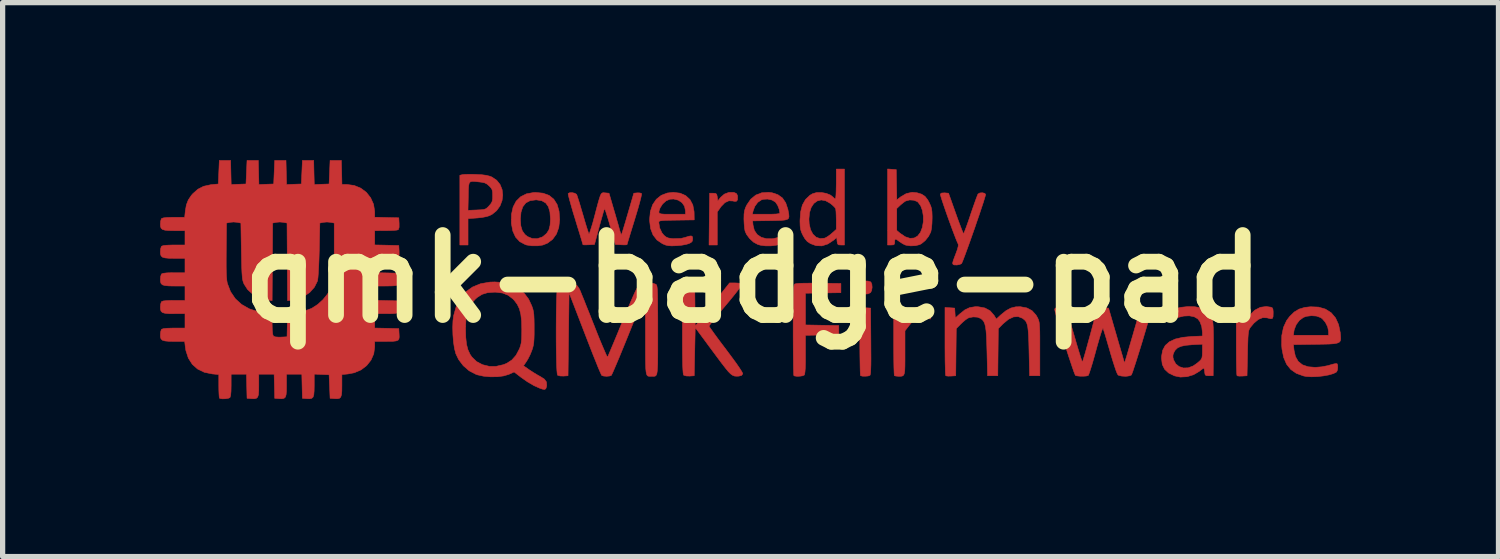
<source format=kicad_pcb>
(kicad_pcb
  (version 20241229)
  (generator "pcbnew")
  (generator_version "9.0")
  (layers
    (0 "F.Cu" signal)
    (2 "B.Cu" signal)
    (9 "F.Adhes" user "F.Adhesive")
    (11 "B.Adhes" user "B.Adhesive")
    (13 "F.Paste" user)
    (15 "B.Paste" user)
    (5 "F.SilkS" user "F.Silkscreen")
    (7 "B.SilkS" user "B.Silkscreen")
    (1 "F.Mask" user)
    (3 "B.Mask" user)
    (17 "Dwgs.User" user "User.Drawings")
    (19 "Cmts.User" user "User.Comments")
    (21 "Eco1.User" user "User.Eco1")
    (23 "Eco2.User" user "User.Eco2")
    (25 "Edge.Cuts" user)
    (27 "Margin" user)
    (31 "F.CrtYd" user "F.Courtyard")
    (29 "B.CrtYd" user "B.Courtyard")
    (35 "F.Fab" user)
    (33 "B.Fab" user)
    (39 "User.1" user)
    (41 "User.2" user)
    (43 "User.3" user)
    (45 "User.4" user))
  (footprint "qmk-badge-pad"
    (layer "F.Cu")
    (at 11.298 2.262)
    (property "Reference" "qmk-badge-pad" (at 0 0 0) (layer "F.SilkS") (effects (font (size 1.524 1.524) (thickness 0.3))))
    (attr smd)
    (fp_poly (pts (xy 2.187 0.042) (xy 2.234 0.056) (xy 2.243 0.063) (xy 2.261 0.103) (xy 2.266 0.162) (xy 2.257 0.221) (xy 2.236 0.262) (xy 2.19 0.285) (xy 2.127 0.292) (xy 2.065 0.284) (xy 2.024 0.262) (xy 2.002 0.222) (xy 1.993 0.167) (xy 1.993 0.166) (xy 2.002 0.111) (xy 2.023 0.07) (xy 2.024 0.07) (xy 2.064 0.05) (xy 2.124 0.04) (xy 2.187 0.042)) (stroke (width 0.01) (type solid)) (fill yes) (layer "F.Cu"))
    (fp_poly (pts (xy 2.135 0.551) (xy 2.237 0.557) (xy 2.242 1.191) (xy 2.243 1.373) (xy 2.244 1.521) (xy 2.243 1.635) (xy 2.24 1.721) (xy 2.237 1.781) (xy 2.232 1.819) (xy 2.225 1.837) (xy 2.223 1.84) (xy 2.187 1.851) (xy 2.134 1.855) (xy 2.082 1.854) (xy 2.048 1.845) (xy 2.045 1.843) (xy 2.042 1.821) (xy 2.039 1.765) (xy 2.037 1.679) (xy 2.035 1.568) (xy 2.033 1.436) (xy 2.032 1.289) (xy 2.032 1.188) (xy 2.032 0.545) (xy 2.135 0.551)) (stroke (width 0.01) (type solid)) (fill yes) (layer "F.Cu"))
    (fp_poly (pts (xy -0.361 -1.644) (xy -0.319 -1.625) (xy -0.3 -1.59) (xy -0.297 -1.564) (xy -0.298 -1.505) (xy -0.32 -1.478) (xy -0.366 -1.478) (xy -0.383 -1.483) (xy -0.463 -1.487) (xy -0.539 -1.452) (xy -0.61 -1.379) (xy -0.623 -1.361) (xy -0.684 -1.273) (xy -0.684 -0.645) (xy -0.841 -0.645) (xy -0.836 -1.138) (xy -0.83 -1.631) (xy -0.762 -1.631) (xy -0.717 -1.628) (xy -0.695 -1.611) (xy -0.685 -1.568) (xy -0.684 -1.558) (xy -0.674 -1.484) (xy -0.62 -1.552) (xy -0.549 -1.614) (xy -0.463 -1.647) (xy -0.374 -1.647) (xy -0.361 -1.644)) (stroke (width 0.01) (type solid)) (fill yes) (layer "F.Cu"))
    (fp_poly (pts (xy 3.292 0.532) (xy 3.343 0.549) (xy 3.37 0.585) (xy 3.38 0.644) (xy 3.38 0.667) (xy 3.38 0.766) (xy 3.307 0.751) (xy 3.212 0.738) (xy 3.137 0.746) (xy 3.071 0.781) (xy 3.006 0.845) (xy 2.97 0.889) (xy 2.892 0.99) (xy 2.892 1.411) (xy 2.892 1.554) (xy 2.891 1.663) (xy 2.888 1.742) (xy 2.881 1.795) (xy 2.869 1.829) (xy 2.852 1.847) (xy 2.826 1.855) (xy 2.792 1.856) (xy 2.766 1.856) (xy 2.719 1.852) (xy 2.69 1.844) (xy 2.69 1.843) (xy 2.687 1.821) (xy 2.684 1.765) (xy 2.681 1.679) (xy 2.679 1.568) (xy 2.678 1.436) (xy 2.677 1.289) (xy 2.677 1.188) (xy 2.677 0.545) (xy 2.77 0.551) (xy 2.862 0.557) (xy 2.872 0.655) (xy 2.882 0.752) (xy 2.92 0.696) (xy 2.998 0.61) (xy 3.091 0.552) (xy 3.192 0.528) (xy 3.209 0.528) (xy 3.292 0.532)) (stroke (width 0.01) (type solid)) (fill yes) (layer "F.Cu"))
    (fp_poly (pts (xy 9.862 0.54) (xy 9.888 0.551) (xy 9.901 0.576) (xy 9.906 0.623) (xy 9.906 0.657) (xy 9.904 0.721) (xy 9.891 0.754) (xy 9.86 0.76) (xy 9.801 0.746) (xy 9.792 0.743) (xy 9.708 0.739) (xy 9.623 0.773) (xy 9.537 0.846) (xy 9.469 0.928) (xy 9.456 0.95) (xy 9.445 0.974) (xy 9.437 1.008) (xy 9.431 1.056) (xy 9.426 1.123) (xy 9.423 1.216) (xy 9.419 1.339) (xy 9.418 1.417) (xy 9.408 1.846) (xy 9.319 1.852) (xy 9.263 1.853) (xy 9.224 1.848) (xy 9.217 1.844) (xy 9.213 1.822) (xy 9.21 1.765) (xy 9.207 1.679) (xy 9.205 1.568) (xy 9.204 1.436) (xy 9.203 1.289) (xy 9.203 1.188) (xy 9.203 0.545) (xy 9.295 0.551) (xy 9.388 0.557) (xy 9.398 0.654) (xy 9.408 0.75) (xy 9.46 0.688) (xy 9.557 0.596) (xy 9.662 0.542) (xy 9.774 0.527) (xy 9.862 0.54)) (stroke (width 0.01) (type solid)) (fill yes) (layer "F.Cu"))
    (fp_poly (pts (xy 1.243 0.083) (xy 1.671 0.088) (xy 1.671 0.264) (xy 1.333 0.269) (xy 0.996 0.274) (xy 0.996 0.878) (xy 1.314 0.884) (xy 1.631 0.889) (xy 1.631 1.065) (xy 1.314 1.07) (xy 0.996 1.076) (xy 0.996 1.442) (xy 0.996 1.588) (xy 0.993 1.698) (xy 0.987 1.773) (xy 0.98 1.818) (xy 0.973 1.833) (xy 0.941 1.847) (xy 0.888 1.855) (xy 0.831 1.856) (xy 0.787 1.85) (xy 0.775 1.843) (xy 0.772 1.821) (xy 0.77 1.765) (xy 0.767 1.677) (xy 0.766 1.562) (xy 0.764 1.425) (xy 0.763 1.268) (xy 0.762 1.097) (xy 0.762 0.976) (xy 0.762 0.765) (xy 0.763 0.59) (xy 0.764 0.447) (xy 0.766 0.334) (xy 0.768 0.248) (xy 0.772 0.184) (xy 0.776 0.141) (xy 0.781 0.114) (xy 0.788 0.101) (xy 0.789 0.1) (xy 0.815 0.092) (xy 0.871 0.086) (xy 0.96 0.083) (xy 1.084 0.082) (xy 1.243 0.083)) (stroke (width 0.01) (type solid)) (fill yes) (layer "F.Cu"))
    (fp_poly (pts (xy -5.346 -1.991) (xy -5.28 -1.989) (xy -5.167 -1.983) (xy -5.083 -1.972) (xy -5.017 -1.955) (xy -4.979 -1.94) (xy -4.887 -1.879) (xy -4.822 -1.798) (xy -4.783 -1.701) (xy -4.771 -1.596) (xy -4.784 -1.49) (xy -4.823 -1.389) (xy -4.887 -1.3) (xy -4.975 -1.228) (xy -5.028 -1.202) (xy -5.084 -1.185) (xy -5.164 -1.17) (xy -5.251 -1.16) (xy -5.268 -1.159) (xy -5.432 -1.147) (xy -5.432 -0.645) (xy -5.588 -0.645) (xy -5.588 -1.305) (xy -5.433 -1.305) (xy -5.265 -1.312) (xy -5.183 -1.316) (xy -5.129 -1.322) (xy -5.093 -1.335) (xy -5.063 -1.357) (xy -5.03 -1.392) (xy -4.992 -1.437) (xy -4.972 -1.477) (xy -4.964 -1.529) (xy -4.963 -1.584) (xy -4.965 -1.654) (xy -4.974 -1.699) (xy -4.997 -1.736) (xy -5.027 -1.768) (xy -5.07 -1.805) (xy -5.114 -1.828) (xy -5.175 -1.841) (xy -5.22 -1.846) (xy -5.298 -1.855) (xy -5.352 -1.857) (xy -5.388 -1.848) (xy -5.41 -1.822) (xy -5.42 -1.774) (xy -5.425 -1.698) (xy -5.427 -1.588) (xy -5.427 -1.575) (xy -5.433 -1.305) (xy -5.588 -1.305) (xy -5.588 -1.973) (xy -5.539 -1.985) (xy -5.499 -1.989) (xy -5.432 -1.991) (xy -5.346 -1.991)) (stroke (width 0.01) (type solid)) (fill yes) (layer "F.Cu"))
    (fp_poly (pts (xy -4.004 -1.632) (xy -3.888 -1.59) (xy -3.799 -1.518) (xy -3.735 -1.417) (xy -3.698 -1.288) (xy -3.686 -1.129) (xy -3.686 -1.129) (xy -3.703 -0.98) (xy -3.748 -0.854) (xy -3.821 -0.753) (xy -3.92 -0.679) (xy -4.007 -0.644) (xy -4.104 -0.629) (xy -4.215 -0.629) (xy -4.317 -0.645) (xy -4.344 -0.654) (xy -4.448 -0.71) (xy -4.527 -0.796) (xy -4.579 -0.91) (xy -4.606 -1.053) (xy -4.607 -1.068) (xy -4.606 -1.129) (xy -4.435 -1.129) (xy -4.426 -1.008) (xy -4.398 -0.915) (xy -4.348 -0.845) (xy -4.3 -0.806) (xy -4.211 -0.769) (xy -4.115 -0.765) (xy -4.023 -0.795) (xy -4.004 -0.806) (xy -3.936 -0.864) (xy -3.892 -0.932) (xy -3.869 -1.021) (xy -3.862 -1.137) (xy -3.862 -1.142) (xy -3.872 -1.275) (xy -3.902 -1.376) (xy -3.953 -1.446) (xy -4.027 -1.488) (xy -4.126 -1.504) (xy -4.143 -1.504) (xy -4.249 -1.49) (xy -4.331 -1.447) (xy -4.389 -1.373) (xy -4.423 -1.269) (xy -4.435 -1.133) (xy -4.435 -1.129) (xy -4.606 -1.129) (xy -4.604 -1.231) (xy -4.573 -1.369) (xy -4.515 -1.48) (xy -4.43 -1.564) (xy -4.321 -1.619) (xy -4.187 -1.644) (xy -4.146 -1.646) (xy -4.004 -1.632)) (stroke (width 0.01) (type solid)) (fill yes) (layer "F.Cu"))
    (fp_poly (pts (xy 2.643 -2.087) (xy 2.726 -2.081) (xy 2.731 -1.792) (xy 2.736 -1.503) (xy 2.809 -1.561) (xy 2.916 -1.624) (xy 3.028 -1.649) (xy 3.121 -1.64) (xy 3.209 -1.613) (xy 3.273 -1.571) (xy 3.325 -1.505) (xy 3.355 -1.449) (xy 3.382 -1.39) (xy 3.398 -1.338) (xy 3.406 -1.278) (xy 3.409 -1.197) (xy 3.409 -1.153) (xy 3.406 -1.056) (xy 3.398 -0.968) (xy 3.386 -0.904) (xy 3.383 -0.892) (xy 3.34 -0.808) (xy 3.277 -0.729) (xy 3.205 -0.67) (xy 3.171 -0.652) (xy 3.092 -0.632) (xy 3 -0.628) (xy 2.915 -0.64) (xy 2.892 -0.647) (xy 2.844 -0.672) (xy 2.789 -0.708) (xy 2.781 -0.714) (xy 2.733 -0.749) (xy 2.708 -0.758) (xy 2.698 -0.74) (xy 2.696 -0.703) (xy 2.692 -0.664) (xy 2.673 -0.648) (xy 2.628 -0.645) (xy 2.56 -0.645) (xy 2.56 -1.34) (xy 2.735 -1.34) (xy 2.735 -0.922) (xy 2.799 -0.868) (xy 2.896 -0.802) (xy 2.986 -0.772) (xy 3.067 -0.778) (xy 3.133 -0.816) (xy 3.187 -0.886) (xy 3.223 -0.98) (xy 3.241 -1.086) (xy 3.241 -1.197) (xy 3.224 -1.303) (xy 3.19 -1.394) (xy 3.138 -1.462) (xy 3.124 -1.473) (xy 3.059 -1.498) (xy 2.981 -1.503) (xy 2.909 -1.484) (xy 2.905 -1.483) (xy 2.864 -1.455) (xy 2.814 -1.414) (xy 2.799 -1.401) (xy 2.735 -1.34) (xy 2.56 -1.34) (xy 2.56 -2.093) (xy 2.643 -2.087)) (stroke (width 0.01) (type solid)) (fill yes) (layer "F.Cu"))
    (fp_poly (pts (xy 4.409 -1.63) (xy 4.428 -1.611) (xy 4.424 -1.588) (xy 4.408 -1.534) (xy 4.383 -1.452) (xy 4.349 -1.35) (xy 4.31 -1.232) (xy 4.265 -1.102) (xy 4.219 -0.967) (xy 4.171 -0.831) (xy 4.125 -0.7) (xy 4.081 -0.579) (xy 4.042 -0.472) (xy 4.009 -0.385) (xy 3.985 -0.324) (xy 3.97 -0.292) (xy 3.969 -0.29) (xy 3.934 -0.274) (xy 3.882 -0.264) (xy 3.832 -0.265) (xy 3.812 -0.272) (xy 3.801 -0.286) (xy 3.802 -0.314) (xy 3.816 -0.361) (xy 3.844 -0.436) (xy 3.854 -0.461) (xy 3.89 -0.559) (xy 3.907 -0.625) (xy 3.906 -0.661) (xy 3.905 -0.663) (xy 3.888 -0.7) (xy 3.861 -0.765) (xy 3.828 -0.851) (xy 3.789 -0.954) (xy 3.748 -1.066) (xy 3.706 -1.182) (xy 3.666 -1.296) (xy 3.63 -1.401) (xy 3.6 -1.491) (xy 3.578 -1.561) (xy 3.566 -1.605) (xy 3.565 -1.616) (xy 3.591 -1.635) (xy 3.649 -1.638) (xy 3.722 -1.631) (xy 3.859 -1.246) (xy 3.9 -1.131) (xy 3.938 -1.03) (xy 3.969 -0.948) (xy 3.993 -0.89) (xy 4.006 -0.862) (xy 4.008 -0.86) (xy 4.017 -0.878) (xy 4.037 -0.927) (xy 4.065 -1.002) (xy 4.099 -1.097) (xy 4.136 -1.207) (xy 4.142 -1.226) (xy 4.181 -1.34) (xy 4.217 -1.442) (xy 4.247 -1.526) (xy 4.27 -1.586) (xy 4.283 -1.616) (xy 4.284 -1.617) (xy 4.318 -1.636) (xy 4.366 -1.64) (xy 4.409 -1.63)) (stroke (width 0.01) (type solid)) (fill yes) (layer "F.Cu"))
    (fp_poly (pts (xy 1.739 -0.645) (xy 1.672 -0.645) (xy 1.627 -0.648) (xy 1.607 -0.666) (xy 1.599 -0.709) (xy 1.598 -0.716) (xy 1.592 -0.788) (xy 1.534 -0.738) (xy 1.422 -0.664) (xy 1.31 -0.628) (xy 1.198 -0.632) (xy 1.092 -0.671) (xy 1.032 -0.71) (xy 0.986 -0.764) (xy 0.949 -0.827) (xy 0.92 -0.888) (xy 0.903 -0.943) (xy 0.895 -1.005) (xy 0.892 -1.089) (xy 0.892 -1.109) (xy 0.894 -1.139) (xy 1.062 -1.139) (xy 1.067 -1.05) (xy 1.092 -0.938) (xy 1.138 -0.851) (xy 1.2 -0.793) (xy 1.275 -0.767) (xy 1.36 -0.775) (xy 1.375 -0.781) (xy 1.418 -0.805) (xy 1.473 -0.845) (xy 1.503 -0.871) (xy 1.583 -0.942) (xy 1.583 -1.124) (xy 1.581 -1.208) (xy 1.578 -1.279) (xy 1.573 -1.326) (xy 1.57 -1.338) (xy 1.549 -1.367) (xy 1.506 -1.408) (xy 1.47 -1.437) (xy 1.38 -1.488) (xy 1.296 -1.503) (xy 1.22 -1.484) (xy 1.155 -1.436) (xy 1.105 -1.36) (xy 1.073 -1.26) (xy 1.062 -1.139) (xy 0.894 -1.139) (xy 0.903 -1.272) (xy 0.937 -1.406) (xy 0.997 -1.512) (xy 1.081 -1.592) (xy 1.13 -1.621) (xy 1.208 -1.644) (xy 1.3 -1.645) (xy 1.393 -1.628) (xy 1.474 -1.595) (xy 1.523 -1.555) (xy 1.551 -1.529) (xy 1.565 -1.524) (xy 1.572 -1.542) (xy 1.577 -1.593) (xy 1.58 -1.669) (xy 1.582 -1.763) (xy 1.583 -1.807) (xy 1.583 -2.091) (xy 1.739 -2.091) (xy 1.739 -0.645)) (stroke (width 0.01) (type solid)) (fill yes) (layer "F.Cu"))
    (fp_poly (pts (xy 0.36 -1.64) (xy 0.471 -1.603) (xy 0.558 -1.54) (xy 0.62 -1.448) (xy 0.661 -1.324) (xy 0.666 -1.298) (xy 0.678 -1.235) (xy 0.682 -1.188) (xy 0.675 -1.155) (xy 0.651 -1.134) (xy 0.606 -1.121) (xy 0.535 -1.114) (xy 0.433 -1.111) (xy 0.326 -1.109) (xy -0.01 -1.104) (xy -0.003 -1.026) (xy 0.022 -0.923) (xy 0.075 -0.845) (xy 0.155 -0.791) (xy 0.256 -0.764) (xy 0.375 -0.765) (xy 0.506 -0.795) (xy 0.583 -0.813) (xy 0.628 -0.808) (xy 0.643 -0.78) (xy 0.629 -0.734) (xy 0.592 -0.694) (xy 0.525 -0.663) (xy 0.437 -0.64) (xy 0.337 -0.628) (xy 0.235 -0.628) (xy 0.138 -0.641) (xy 0.088 -0.655) (xy 0.007 -0.699) (xy -0.068 -0.768) (xy -0.128 -0.849) (xy -0.155 -0.911) (xy -0.165 -0.968) (xy -0.172 -1.048) (xy -0.176 -1.134) (xy -0.176 -1.144) (xy -0.174 -1.231) (xy -0.015 -1.231) (xy 0.246 -1.231) (xy 0.359 -1.232) (xy 0.437 -1.235) (xy 0.484 -1.241) (xy 0.506 -1.25) (xy 0.508 -1.255) (xy 0.496 -1.325) (xy 0.467 -1.399) (xy 0.428 -1.457) (xy 0.422 -1.464) (xy 0.357 -1.502) (xy 0.274 -1.52) (xy 0.191 -1.515) (xy 0.156 -1.504) (xy 0.087 -1.457) (xy 0.032 -1.382) (xy -0.000337 -1.298) (xy -0.015 -1.231) (xy -0.174 -1.231) (xy -0.174 -1.233) (xy -0.165 -1.298) (xy -0.146 -1.356) (xy -0.122 -1.407) (xy -0.046 -1.518) (xy 0.05 -1.596) (xy 0.164 -1.64) (xy 0.293 -1.648) (xy 0.36 -1.64)) (stroke (width 0.01) (type solid)) (fill yes) (layer "F.Cu"))
    (fp_poly (pts (xy 10.769 0.538) (xy 10.901 0.576) (xy 11.01 0.645) (xy 11.094 0.744) (xy 11.152 0.872) (xy 11.185 1.029) (xy 11.185 1.036) (xy 11.191 1.098) (xy 11.193 1.147) (xy 11.185 1.183) (xy 11.163 1.208) (xy 11.123 1.225) (xy 11.061 1.236) (xy 10.973 1.242) (xy 10.853 1.245) (xy 10.716 1.247) (xy 10.292 1.253) (xy 10.303 1.359) (xy 10.33 1.48) (xy 10.383 1.573) (xy 10.464 1.638) (xy 10.573 1.675) (xy 10.707 1.686) (xy 10.83 1.676) (xy 10.949 1.653) (xy 10.979 1.644) (xy 11.045 1.625) (xy 11.096 1.614) (xy 11.121 1.614) (xy 11.134 1.641) (xy 11.136 1.688) (xy 11.13 1.737) (xy 11.115 1.771) (xy 11.113 1.774) (xy 11.055 1.804) (xy 10.968 1.83) (xy 10.863 1.849) (xy 10.749 1.862) (xy 10.637 1.866) (xy 10.537 1.86) (xy 10.481 1.849) (xy 10.347 1.8) (xy 10.241 1.726) (xy 10.161 1.626) (xy 10.106 1.498) (xy 10.074 1.34) (xy 10.067 1.257) (xy 10.07 1.079) (xy 10.071 1.075) (xy 10.292 1.075) (xy 10.961 1.075) (xy 10.961 1.001) (xy 10.944 0.915) (xy 10.901 0.829) (xy 10.841 0.759) (xy 10.811 0.738) (xy 10.731 0.709) (xy 10.634 0.702) (xy 10.538 0.714) (xy 10.483 0.734) (xy 10.407 0.789) (xy 10.346 0.87) (xy 10.308 0.965) (xy 10.302 0.995) (xy 10.292 1.075) (xy 10.071 1.075) (xy 10.102 0.925) (xy 10.162 0.794) (xy 10.221 0.716) (xy 10.308 0.631) (xy 10.4 0.576) (xy 10.507 0.544) (xy 10.615 0.532) (xy 10.769 0.538)) (stroke (width 0.01) (type solid)) (fill yes) (layer "F.Cu"))
    (fp_poly (pts (xy -1.392 -1.632) (xy -1.285 -1.585) (xy -1.204 -1.51) (xy -1.15 -1.408) (xy -1.126 -1.282) (xy -1.125 -1.253) (xy -1.123 -1.123) (xy -1.46 -1.118) (xy -1.582 -1.116) (xy -1.671 -1.114) (xy -1.731 -1.11) (xy -1.768 -1.105) (xy -1.788 -1.098) (xy -1.796 -1.087) (xy -1.797 -1.072) (xy -1.797 -1.069) (xy -1.781 -0.969) (xy -1.738 -0.877) (xy -1.7 -0.83) (xy -1.659 -0.797) (xy -1.615 -0.778) (xy -1.552 -0.768) (xy -1.515 -0.766) (xy -1.375 -0.77) (xy -1.297 -0.789) (xy -1.225 -0.812) (xy -1.182 -0.818) (xy -1.16 -0.807) (xy -1.153 -0.777) (xy -1.153 -0.761) (xy -1.159 -0.719) (xy -1.184 -0.692) (xy -1.226 -0.671) (xy -1.281 -0.655) (xy -1.359 -0.641) (xy -1.447 -0.632) (xy -1.465 -0.631) (xy -1.553 -0.628) (xy -1.615 -0.632) (xy -1.666 -0.643) (xy -1.719 -0.665) (xy -1.731 -0.671) (xy -1.833 -0.74) (xy -1.908 -0.837) (xy -1.955 -0.96) (xy -1.973 -1.11) (xy -1.973 -1.136) (xy -1.96 -1.268) (xy -1.797 -1.268) (xy -1.786 -1.248) (xy -1.753 -1.237) (xy -1.694 -1.232) (xy -1.604 -1.231) (xy -1.544 -1.231) (xy -1.29 -1.231) (xy -1.29 -1.294) (xy -1.307 -1.381) (xy -1.355 -1.451) (xy -1.427 -1.499) (xy -1.515 -1.521) (xy -1.587 -1.517) (xy -1.659 -1.486) (xy -1.725 -1.427) (xy -1.773 -1.352) (xy -1.777 -1.342) (xy -1.792 -1.298) (xy -1.797 -1.268) (xy -1.96 -1.268) (xy -1.958 -1.286) (xy -1.915 -1.413) (xy -1.845 -1.516) (xy -1.751 -1.591) (xy -1.636 -1.635) (xy -1.522 -1.648) (xy -1.392 -1.632)) (stroke (width 0.01) (type solid)) (fill yes) (layer "F.Cu"))
    (fp_poly (pts (xy -1.109 0.489) (xy -1.104 0.901) (xy -0.777 0.489) (xy -0.45 0.078) (xy -0.343 0.078) (xy -0.282 0.081) (xy -0.239 0.089) (xy -0.226 0.095) (xy -0.225 0.11) (xy -0.235 0.135) (xy -0.258 0.173) (xy -0.298 0.227) (xy -0.356 0.301) (xy -0.434 0.397) (xy -0.535 0.518) (xy -0.573 0.563) (xy -0.652 0.658) (xy -0.722 0.744) (xy -0.779 0.815) (xy -0.819 0.868) (xy -0.839 0.897) (xy -0.84 0.901) (xy -0.829 0.921) (xy -0.797 0.967) (xy -0.747 1.037) (xy -0.683 1.125) (xy -0.607 1.227) (xy -0.522 1.339) (xy -0.516 1.347) (xy -0.411 1.488) (xy -0.325 1.605) (xy -0.261 1.698) (xy -0.218 1.765) (xy -0.199 1.803) (xy -0.199 1.81) (xy -0.221 1.84) (xy -0.272 1.853) (xy -0.316 1.855) (xy -0.355 1.852) (xy -0.391 1.838) (xy -0.429 1.811) (xy -0.474 1.766) (xy -0.528 1.7) (xy -0.598 1.61) (xy -0.681 1.499) (xy -0.761 1.391) (xy -0.84 1.285) (xy -0.911 1.188) (xy -0.97 1.109) (xy -1.012 1.052) (xy -1.017 1.045) (xy -1.104 0.928) (xy -1.123 1.846) (xy -1.211 1.852) (xy -1.275 1.85) (xy -1.318 1.838) (xy -1.324 1.834) (xy -1.33 1.818) (xy -1.335 1.784) (xy -1.339 1.728) (xy -1.343 1.647) (xy -1.345 1.539) (xy -1.347 1.401) (xy -1.348 1.23) (xy -1.348 1.024) (xy -1.348 0.975) (xy -1.348 0.797) (xy -1.347 0.631) (xy -1.346 0.48) (xy -1.344 0.349) (xy -1.342 0.243) (xy -1.34 0.165) (xy -1.338 0.119) (xy -1.336 0.109) (xy -1.317 0.089) (xy -1.271 0.08) (xy -1.219 0.078) (xy -1.114 0.078) (xy -1.109 0.489)) (stroke (width 0.01) (type solid)) (fill yes) (layer "F.Cu"))
    (fp_poly (pts (xy 4.291 0.532) (xy 4.415 0.555) (xy 4.514 0.609) (xy 4.588 0.694) (xy 4.593 0.701) (xy 4.632 0.766) (xy 4.717 0.687) (xy 4.817 0.606) (xy 4.909 0.556) (xy 5.003 0.533) (xy 5.091 0.531) (xy 5.214 0.554) (xy 5.312 0.606) (xy 5.387 0.688) (xy 5.415 0.736) (xy 5.429 0.766) (xy 5.44 0.795) (xy 5.448 0.828) (xy 5.453 0.871) (xy 5.457 0.929) (xy 5.46 1.007) (xy 5.461 1.11) (xy 5.461 1.244) (xy 5.461 1.338) (xy 5.461 1.846) (xy 5.266 1.846) (xy 5.255 1.377) (xy 5.251 1.214) (xy 5.246 1.086) (xy 5.239 0.986) (xy 5.23 0.911) (xy 5.216 0.856) (xy 5.198 0.815) (xy 5.173 0.785) (xy 5.142 0.76) (xy 5.129 0.75) (xy 5.048 0.719) (xy 4.96 0.725) (xy 4.865 0.769) (xy 4.767 0.85) (xy 4.753 0.863) (xy 4.67 0.948) (xy 4.66 1.846) (xy 4.465 1.846) (xy 4.454 1.387) (xy 4.449 1.222) (xy 4.444 1.09) (xy 4.436 0.988) (xy 4.425 0.911) (xy 4.411 0.854) (xy 4.392 0.812) (xy 4.367 0.781) (xy 4.336 0.755) (xy 4.335 0.755) (xy 4.272 0.73) (xy 4.192 0.725) (xy 4.114 0.739) (xy 4.087 0.751) (xy 4.045 0.78) (xy 3.99 0.827) (xy 3.952 0.863) (xy 3.869 0.948) (xy 3.859 1.846) (xy 3.77 1.852) (xy 3.714 1.853) (xy 3.675 1.848) (xy 3.668 1.844) (xy 3.664 1.822) (xy 3.661 1.765) (xy 3.659 1.679) (xy 3.656 1.568) (xy 3.655 1.436) (xy 3.654 1.289) (xy 3.654 1.188) (xy 3.654 0.545) (xy 3.747 0.551) (xy 3.839 0.557) (xy 3.851 0.745) (xy 3.937 0.667) (xy 4.033 0.591) (xy 4.126 0.547) (xy 4.228 0.531) (xy 4.291 0.532)) (stroke (width 0.01) (type solid)) (fill yes) (layer "F.Cu"))
    (fp_poly (pts (xy 8.417 0.532) (xy 8.509 0.549) (xy 8.592 0.59) (xy 8.67 0.657) (xy 8.729 0.738) (xy 8.752 0.795) (xy 8.759 0.847) (xy 8.765 0.935) (xy 8.768 1.058) (xy 8.769 1.213) (xy 8.768 1.361) (xy 8.763 1.846) (xy 8.685 1.846) (xy 8.635 1.844) (xy 8.611 1.83) (xy 8.603 1.794) (xy 8.601 1.773) (xy 8.594 1.726) (xy 8.587 1.701) (xy 8.585 1.7) (xy 8.565 1.711) (xy 8.526 1.74) (xy 8.501 1.76) (xy 8.39 1.826) (xy 8.265 1.864) (xy 8.137 1.871) (xy 8.026 1.848) (xy 7.915 1.794) (xy 7.838 1.722) (xy 7.793 1.63) (xy 7.779 1.513) (xy 7.779 1.496) (xy 7.997 1.496) (xy 8.009 1.544) (xy 8.05 1.619) (xy 8.115 1.672) (xy 8.197 1.698) (xy 8.288 1.695) (xy 8.377 1.661) (xy 8.382 1.659) (xy 8.443 1.617) (xy 8.5 1.571) (xy 8.504 1.567) (xy 8.533 1.536) (xy 8.549 1.503) (xy 8.556 1.456) (xy 8.558 1.383) (xy 8.558 1.245) (xy 8.365 1.255) (xy 8.242 1.266) (xy 8.151 1.285) (xy 8.086 1.314) (xy 8.041 1.356) (xy 8.017 1.397) (xy 7.997 1.449) (xy 7.997 1.496) (xy 7.779 1.496) (xy 7.78 1.473) (xy 7.801 1.36) (xy 7.85 1.269) (xy 7.929 1.199) (xy 8.039 1.147) (xy 8.181 1.114) (xy 8.348 1.098) (xy 8.558 1.089) (xy 8.558 1.018) (xy 8.545 0.908) (xy 8.51 0.815) (xy 8.469 0.761) (xy 8.401 0.722) (xy 8.308 0.704) (xy 8.201 0.709) (xy 8.088 0.737) (xy 8.048 0.752) (xy 7.978 0.78) (xy 7.916 0.803) (xy 7.878 0.815) (xy 7.85 0.819) (xy 7.838 0.806) (xy 7.837 0.767) (xy 7.839 0.741) (xy 7.848 0.683) (xy 7.87 0.646) (xy 7.908 0.62) (xy 8.015 0.574) (xy 8.145 0.543) (xy 8.283 0.528) (xy 8.417 0.532)) (stroke (width 0.01) (type solid)) (fill yes) (layer "F.Cu"))
    (fp_poly (pts (xy -3.399 -1.631) (xy -3.366 -1.611) (xy -3.363 -1.607) (xy -3.352 -1.578) (xy -3.333 -1.518) (xy -3.306 -1.434) (xy -3.276 -1.331) (xy -3.243 -1.221) (xy -3.211 -1.11) (xy -3.181 -1.011) (xy -3.156 -0.932) (xy -3.138 -0.878) (xy -3.128 -0.855) (xy -3.128 -0.855) (xy -3.119 -0.868) (xy -3.103 -0.914) (xy -3.08 -0.986) (xy -3.052 -1.08) (xy -3.023 -1.189) (xy -3.021 -1.195) (xy -2.984 -1.337) (xy -2.955 -1.445) (xy -2.932 -1.524) (xy -2.914 -1.579) (xy -2.898 -1.614) (xy -2.882 -1.632) (xy -2.864 -1.64) (xy -2.843 -1.64) (xy -2.819 -1.638) (xy -2.746 -1.631) (xy -2.655 -1.319) (xy -2.622 -1.207) (xy -2.592 -1.102) (xy -2.566 -1.012) (xy -2.548 -0.946) (xy -2.541 -0.921) (xy -2.526 -0.872) (xy -2.513 -0.846) (xy -2.509 -0.845) (xy -2.501 -0.865) (xy -2.484 -0.918) (xy -2.46 -0.997) (xy -2.43 -1.096) (xy -2.397 -1.21) (xy -2.387 -1.243) (xy -2.274 -1.631) (xy -2.209 -1.638) (xy -2.16 -1.637) (xy -2.128 -1.627) (xy -2.127 -1.626) (xy -2.127 -1.603) (xy -2.139 -1.546) (xy -2.161 -1.46) (xy -2.192 -1.348) (xy -2.232 -1.215) (xy -2.256 -1.135) (xy -2.296 -1.006) (xy -2.332 -0.889) (xy -2.362 -0.791) (xy -2.385 -0.715) (xy -2.399 -0.667) (xy -2.403 -0.652) (xy -2.421 -0.648) (xy -2.467 -0.647) (xy -2.514 -0.649) (xy -2.625 -0.655) (xy -2.723 -1.001) (xy -2.754 -1.11) (xy -2.783 -1.203) (xy -2.806 -1.276) (xy -2.823 -1.322) (xy -2.832 -1.336) (xy -2.84 -1.315) (xy -2.857 -1.262) (xy -2.879 -1.183) (xy -2.907 -1.086) (xy -2.933 -0.99) (xy -3.023 -0.655) (xy -3.133 -0.649) (xy -3.193 -0.647) (xy -3.233 -0.648) (xy -3.243 -0.651) (xy -3.249 -0.671) (xy -3.264 -0.724) (xy -3.288 -0.803) (xy -3.319 -0.905) (xy -3.356 -1.024) (xy -3.389 -1.134) (xy -3.429 -1.263) (xy -3.463 -1.381) (xy -3.491 -1.481) (xy -3.512 -1.558) (xy -3.523 -1.608) (xy -3.525 -1.625) (xy -3.496 -1.64) (xy -3.448 -1.642) (xy -3.399 -1.631)) (stroke (width 0.01) (type solid)) (fill yes) (layer "F.Cu"))
    (fp_poly (pts (xy -4.762 0.069) (xy -4.623 0.103) (xy -4.501 0.162) (xy -4.453 0.195) (xy -4.354 0.284) (xy -4.278 0.386) (xy -4.218 0.514) (xy -4.214 0.525) (xy -4.197 0.574) (xy -4.186 0.624) (xy -4.178 0.684) (xy -4.174 0.762) (xy -4.172 0.866) (xy -4.172 0.938) (xy -4.172 1.058) (xy -4.175 1.149) (xy -4.18 1.217) (xy -4.189 1.272) (xy -4.202 1.323) (xy -4.217 1.366) (xy -4.25 1.447) (xy -4.29 1.526) (xy -4.319 1.574) (xy -4.375 1.656) (xy -4.264 1.734) (xy -4.187 1.784) (xy -4.106 1.833) (xy -4.052 1.863) (xy -3.978 1.91) (xy -3.939 1.963) (xy -3.933 2.028) (xy -3.939 2.061) (xy -3.951 2.094) (xy -3.973 2.107) (xy -4.014 2.101) (xy -4.067 2.083) (xy -4.176 2.034) (xy -4.301 1.961) (xy -4.43 1.87) (xy -4.441 1.861) (xy -4.554 1.774) (xy -4.656 1.82) (xy -4.753 1.849) (xy -4.875 1.865) (xy -5.007 1.866) (xy -5.138 1.854) (xy -5.256 1.828) (xy -5.285 1.817) (xy -5.411 1.751) (xy -5.523 1.654) (xy -5.612 1.536) (xy -5.665 1.425) (xy -5.69 1.328) (xy -5.709 1.204) (xy -5.72 1.066) (xy -5.723 0.957) (xy -5.479 0.957) (xy -5.475 1.117) (xy -5.461 1.246) (xy -5.434 1.35) (xy -5.394 1.437) (xy -5.359 1.489) (xy -5.269 1.576) (xy -5.157 1.635) (xy -5.03 1.666) (xy -4.894 1.666) (xy -4.758 1.635) (xy -4.696 1.61) (xy -4.597 1.546) (xy -4.517 1.455) (xy -4.452 1.332) (xy -4.448 1.321) (xy -4.431 1.273) (xy -4.419 1.221) (xy -4.412 1.157) (xy -4.409 1.072) (xy -4.408 0.957) (xy -4.408 0.957) (xy -4.412 0.8) (xy -4.427 0.673) (xy -4.453 0.571) (xy -4.494 0.486) (xy -4.551 0.41) (xy -4.58 0.38) (xy -4.669 0.312) (xy -4.771 0.271) (xy -4.895 0.255) (xy -4.933 0.254) (xy -5.061 0.264) (xy -5.164 0.295) (xy -5.256 0.353) (xy -5.297 0.39) (xy -5.367 0.469) (xy -5.417 0.552) (xy -5.451 0.649) (xy -5.471 0.767) (xy -5.479 0.914) (xy -5.479 0.957) (xy -5.723 0.957) (xy -5.724 0.927) (xy -5.719 0.798) (xy -5.706 0.701) (xy -5.655 0.52) (xy -5.577 0.369) (xy -5.473 0.247) (xy -5.345 0.155) (xy -5.193 0.093) (xy -5.016 0.062) (xy -4.927 0.059) (xy -4.762 0.069)) (stroke (width 0.01) (type solid)) (fill yes) (layer "F.Cu"))
    (fp_poly (pts (xy 6.006 0.708) (xy 6.027 0.781) (xy 6.057 0.881) (xy 6.091 0.999) (xy 6.128 1.125) (xy 6.157 1.226) (xy 6.19 1.337) (xy 6.22 1.434) (xy 6.244 1.511) (xy 6.262 1.563) (xy 6.271 1.583) (xy 6.271 1.583) (xy 6.279 1.565) (xy 6.295 1.514) (xy 6.319 1.434) (xy 6.348 1.332) (xy 6.381 1.211) (xy 6.418 1.077) (xy 6.42 1.07) (xy 6.557 0.557) (xy 6.77 0.557) (xy 6.92 1.075) (xy 6.959 1.21) (xy 6.995 1.333) (xy 7.026 1.439) (xy 7.05 1.522) (xy 7.066 1.578) (xy 7.073 1.602) (xy 7.073 1.602) (xy 7.079 1.587) (xy 7.094 1.54) (xy 7.117 1.466) (xy 7.145 1.37) (xy 7.178 1.257) (xy 7.191 1.211) (xy 7.229 1.083) (xy 7.265 0.958) (xy 7.298 0.845) (xy 7.325 0.751) (xy 7.345 0.686) (xy 7.347 0.679) (xy 7.387 0.547) (xy 7.483 0.547) (xy 7.54 0.55) (xy 7.58 0.559) (xy 7.59 0.565) (xy 7.587 0.587) (xy 7.573 0.641) (xy 7.551 0.721) (xy 7.522 0.823) (xy 7.488 0.94) (xy 7.45 1.068) (xy 7.41 1.202) (xy 7.369 1.335) (xy 7.329 1.463) (xy 7.292 1.58) (xy 7.259 1.68) (xy 7.233 1.76) (xy 7.213 1.812) (xy 7.204 1.832) (xy 7.174 1.846) (xy 7.118 1.855) (xy 7.084 1.856) (xy 7.019 1.852) (xy 6.968 1.84) (xy 6.951 1.832) (xy 6.935 1.805) (xy 6.911 1.745) (xy 6.881 1.656) (xy 6.845 1.543) (xy 6.805 1.409) (xy 6.799 1.387) (xy 6.763 1.264) (xy 6.731 1.153) (xy 6.703 1.06) (xy 6.681 0.99) (xy 6.668 0.949) (xy 6.665 0.942) (xy 6.656 0.952) (xy 6.638 0.997) (xy 6.614 1.07) (xy 6.585 1.169) (xy 6.551 1.288) (xy 6.528 1.372) (xy 6.493 1.499) (xy 6.46 1.614) (xy 6.43 1.711) (xy 6.406 1.785) (xy 6.389 1.83) (xy 6.383 1.841) (xy 6.347 1.851) (xy 6.288 1.855) (xy 6.223 1.854) (xy 6.167 1.848) (xy 6.139 1.84) (xy 6.129 1.818) (xy 6.108 1.765) (xy 6.08 1.685) (xy 6.046 1.583) (xy 6.007 1.466) (xy 5.966 1.338) (xy 5.924 1.205) (xy 5.883 1.072) (xy 5.844 0.944) (xy 5.809 0.828) (xy 5.78 0.728) (xy 5.759 0.65) (xy 5.747 0.599) (xy 5.744 0.584) (xy 5.75 0.562) (xy 5.772 0.551) (xy 5.821 0.547) (xy 5.851 0.547) (xy 5.957 0.547) (xy 6.006 0.708)) (stroke (width 0.01) (type solid)) (fill yes) (layer "F.Cu"))
    (fp_poly (pts (xy -1.903 0.085) (xy -1.854 0.104) (xy -1.848 0.109) (xy -1.84 0.12) (xy -1.834 0.14) (xy -1.829 0.171) (xy -1.825 0.218) (xy -1.822 0.283) (xy -1.82 0.371) (xy -1.819 0.484) (xy -1.818 0.626) (xy -1.817 0.801) (xy -1.817 0.986) (xy -1.817 1.193) (xy -1.817 1.365) (xy -1.818 1.504) (xy -1.819 1.614) (xy -1.823 1.699) (xy -1.828 1.761) (xy -1.835 1.805) (xy -1.846 1.833) (xy -1.859 1.849) (xy -1.877 1.855) (xy -1.898 1.857) (xy -1.925 1.856) (xy -1.934 1.856) (xy -1.963 1.857) (xy -1.987 1.856) (xy -2.006 1.851) (xy -2.021 1.837) (xy -2.032 1.812) (xy -2.04 1.771) (xy -2.046 1.712) (xy -2.049 1.631) (xy -2.051 1.523) (xy -2.052 1.387) (xy -2.052 1.218) (xy -2.052 1.048) (xy -2.053 0.264) (xy -2.368 1.045) (xy -2.435 1.21) (xy -2.498 1.364) (xy -2.555 1.503) (xy -2.606 1.623) (xy -2.648 1.721) (xy -2.679 1.792) (xy -2.699 1.833) (xy -2.704 1.841) (xy -2.737 1.851) (xy -2.789 1.856) (xy -2.794 1.856) (xy -2.846 1.852) (xy -2.882 1.842) (xy -2.884 1.841) (xy -2.895 1.82) (xy -2.919 1.767) (xy -2.954 1.685) (xy -2.997 1.577) (xy -3.049 1.449) (xy -3.106 1.303) (xy -3.168 1.143) (xy -3.206 1.045) (xy -3.507 0.264) (xy -3.527 1.846) (xy -3.615 1.852) (xy -3.678 1.85) (xy -3.721 1.838) (xy -3.727 1.834) (xy -3.733 1.808) (xy -3.739 1.748) (xy -3.744 1.66) (xy -3.747 1.547) (xy -3.75 1.415) (xy -3.752 1.269) (xy -3.753 1.114) (xy -3.753 0.955) (xy -3.752 0.797) (xy -3.751 0.645) (xy -3.748 0.503) (xy -3.745 0.378) (xy -3.74 0.273) (xy -3.735 0.195) (xy -3.729 0.147) (xy -3.726 0.137) (xy -3.708 0.11) (xy -3.681 0.094) (xy -3.635 0.086) (xy -3.577 0.082) (xy -3.474 0.083) (xy -3.4 0.1) (xy -3.348 0.136) (xy -3.31 0.195) (xy -3.306 0.202) (xy -3.29 0.24) (xy -3.262 0.309) (xy -3.223 0.404) (xy -3.177 0.521) (xy -3.123 0.654) (xy -3.066 0.799) (xy -3.028 0.894) (xy -2.971 1.039) (xy -2.918 1.17) (xy -2.87 1.284) (xy -2.83 1.377) (xy -2.8 1.445) (xy -2.781 1.483) (xy -2.774 1.49) (xy -2.764 1.469) (xy -2.741 1.416) (xy -2.707 1.335) (xy -2.663 1.231) (xy -2.611 1.106) (xy -2.553 0.966) (xy -2.491 0.815) (xy -2.491 0.814) (xy -2.411 0.621) (xy -2.344 0.463) (xy -2.289 0.336) (xy -2.245 0.24) (xy -2.211 0.173) (xy -2.186 0.131) (xy -2.172 0.116) (xy -2.122 0.093) (xy -2.051 0.079) (xy -1.973 0.077) (xy -1.903 0.085)) (stroke (width 0.01) (type solid)) (fill yes) (layer "F.Cu"))
    (fp_poly (pts (xy -9.944 -1.796) (xy -9.803 -1.802) (xy -9.662 -1.807) (xy -9.652 -2.032) (xy -9.642 -2.257) (xy -9.427 -2.257) (xy -9.416 -1.796) (xy -9.275 -1.802) (xy -9.134 -1.807) (xy -9.115 -2.257) (xy -8.9 -2.257) (xy -8.889 -1.796) (xy -8.748 -1.802) (xy -8.607 -1.807) (xy -8.587 -2.257) (xy -8.372 -2.257) (xy -8.367 -2.026) (xy -8.361 -1.796) (xy -8.22 -1.802) (xy -8.079 -1.807) (xy -8.069 -2.032) (xy -8.06 -2.257) (xy -7.845 -2.257) (xy -7.839 -2.027) (xy -7.834 -1.798) (xy -7.74 -1.798) (xy -7.601 -1.779) (xy -7.476 -1.728) (xy -7.369 -1.648) (xy -7.287 -1.544) (xy -7.232 -1.421) (xy -7.21 -1.283) (xy -7.21 -1.267) (xy -7.21 -1.174) (xy -6.98 -1.168) (xy -6.751 -1.163) (xy -6.745 -1.057) (xy -6.745 -0.981) (xy -6.759 -0.94) (xy -6.764 -0.935) (xy -6.793 -0.928) (xy -6.852 -0.923) (xy -6.932 -0.92) (xy -7 -0.919) (xy -7.21 -0.918) (xy -7.21 -0.646) (xy -6.98 -0.641) (xy -6.751 -0.635) (xy -6.745 -0.529) (xy -6.745 -0.453) (xy -6.759 -0.413) (xy -6.764 -0.408) (xy -6.793 -0.401) (xy -6.852 -0.395) (xy -6.932 -0.392) (xy -7 -0.391) (xy -7.21 -0.391) (xy -7.21 -0.118) (xy -6.98 -0.113) (xy -6.751 -0.107) (xy -6.745 0.002) (xy -6.743 0.055) (xy -6.749 0.091) (xy -6.767 0.115) (xy -6.804 0.128) (xy -6.865 0.134) (xy -6.957 0.136) (xy -7.019 0.137) (xy -7.21 0.137) (xy -7.21 0.409) (xy -6.751 0.42) (xy -6.745 0.53) (xy -6.743 0.582) (xy -6.749 0.619) (xy -6.767 0.642) (xy -6.804 0.656) (xy -6.865 0.662) (xy -6.957 0.664) (xy -7.019 0.664) (xy -7.21 0.664) (xy -7.21 0.937) (xy -6.98 0.942) (xy -6.751 0.948) (xy -6.745 1.057) (xy -6.743 1.11) (xy -6.749 1.146) (xy -6.767 1.17) (xy -6.804 1.183) (xy -6.865 1.19) (xy -6.957 1.191) (xy -7.019 1.192) (xy -7.21 1.192) (xy -7.21 1.294) (xy -7.228 1.428) (xy -7.281 1.549) (xy -7.363 1.652) (xy -7.47 1.734) (xy -7.599 1.789) (xy -7.72 1.812) (xy -7.835 1.823) (xy -7.835 2.032) (xy -7.836 2.137) (xy -7.843 2.209) (xy -7.858 2.254) (xy -7.884 2.277) (xy -7.925 2.284) (xy -7.975 2.282) (xy -8.06 2.276) (xy -8.069 2.052) (xy -8.079 1.827) (xy -8.221 1.821) (xy -8.362 1.815) (xy -8.362 2.029) (xy -8.364 2.135) (xy -8.37 2.207) (xy -8.384 2.252) (xy -8.41 2.276) (xy -8.45 2.284) (xy -8.503 2.282) (xy -8.587 2.276) (xy -8.593 2.047) (xy -8.598 1.817) (xy -8.89 1.817) (xy -8.89 2.03) (xy -8.891 2.135) (xy -8.898 2.208) (xy -8.912 2.253) (xy -8.938 2.276) (xy -8.979 2.284) (xy -9.03 2.282) (xy -9.115 2.276) (xy -9.12 2.047) (xy -9.126 1.817) (xy -9.418 1.817) (xy -9.418 2.03) (xy -9.419 2.135) (xy -9.425 2.208) (xy -9.44 2.253) (xy -9.466 2.276) (xy -9.506 2.284) (xy -9.558 2.282) (xy -9.642 2.276) (xy -9.653 1.817) (xy -9.945 1.817) (xy -9.945 2.028) (xy -9.947 2.141) (xy -9.954 2.219) (xy -9.966 2.259) (xy -9.969 2.263) (xy -10.001 2.276) (xy -10.054 2.284) (xy -10.111 2.286) (xy -10.154 2.279) (xy -10.167 2.273) (xy -10.172 2.249) (xy -10.176 2.195) (xy -10.179 2.118) (xy -10.18 2.041) (xy -10.18 1.823) (xy -10.306 1.811) (xy -10.456 1.78) (xy -10.584 1.718) (xy -10.685 1.628) (xy -10.76 1.51) (xy -10.807 1.366) (xy -10.817 1.303) (xy -10.83 1.192) (xy -11.024 1.192) (xy -11.132 1.19) (xy -11.207 1.183) (xy -11.254 1.169) (xy -11.281 1.143) (xy -11.292 1.105) (xy -11.293 1.068) (xy -11.288 1.011) (xy -11.275 0.969) (xy -11.27 0.961) (xy -11.236 0.949) (xy -11.165 0.941) (xy -11.059 0.938) (xy -11.035 0.938) (xy -10.824 0.938) (xy -10.824 0.664) (xy -11.021 0.664) (xy -11.13 0.663) (xy -11.205 0.656) (xy -11.253 0.642) (xy -11.28 0.617) (xy -11.291 0.579) (xy -11.293 0.541) (xy -11.288 0.483) (xy -11.275 0.441) (xy -11.27 0.434) (xy -11.236 0.421) (xy -11.165 0.414) (xy -11.059 0.41) (xy -11.035 0.41) (xy -10.824 0.41) (xy -10.824 0.137) (xy -11.021 0.137) (xy -11.13 0.135) (xy -11.205 0.128) (xy -11.253 0.114) (xy -11.28 0.089) (xy -11.291 0.051) (xy -11.293 0.013) (xy -11.288 -0.044) (xy -11.275 -0.086) (xy -11.27 -0.094) (xy -11.236 -0.106) (xy -11.165 -0.114) (xy -11.059 -0.117) (xy -11.035 -0.117) (xy -10.824 -0.117) (xy -10.824 -0.367) (xy -10.039 -0.367) (xy -10.039 -0.228) (xy -10.037 -0.119) (xy -10.033 -0.035) (xy -10.027 0.029) (xy -10.019 0.077) (xy -10.016 0.089) (xy -9.956 0.245) (xy -9.865 0.379) (xy -9.745 0.488) (xy -9.597 0.572) (xy -9.423 0.629) (xy -9.319 0.648) (xy -9.164 0.67) (xy -9.164 0.869) (xy -9.161 0.981) (xy -9.153 1.055) (xy -9.139 1.091) (xy -9.139 1.091) (xy -9.102 1.106) (xy -9.033 1.111) (xy -8.998 1.11) (xy -8.88 1.104) (xy -8.875 0.884) (xy -8.872 0.789) (xy -8.868 0.726) (xy -8.862 0.689) (xy -8.852 0.67) (xy -8.838 0.665) (xy -8.83 0.664) (xy -8.765 0.658) (xy -8.677 0.641) (xy -8.58 0.618) (xy -8.488 0.591) (xy -8.416 0.564) (xy -8.401 0.556) (xy -8.296 0.488) (xy -8.195 0.396) (xy -8.112 0.293) (xy -8.087 0.253) (xy -8.057 0.196) (xy -8.033 0.142) (xy -8.015 0.085) (xy -8.002 0.02) (xy -7.992 -0.059) (xy -7.986 -0.157) (xy -7.983 -0.28) (xy -7.982 -0.433) (xy -7.981 -0.546) (xy -7.981 -1.063) (xy -8.05 -1.077) (xy -8.12 -1.083) (xy -8.187 -1.077) (xy -8.255 -1.063) (xy -8.266 -0.546) (xy -8.271 -0.376) (xy -8.277 -0.229) (xy -8.284 -0.109) (xy -8.291 -0.02) (xy -8.299 0.035) (xy -8.301 0.043) (xy -8.358 0.158) (xy -8.446 0.257) (xy -8.557 0.334) (xy -8.686 0.386) (xy -8.768 0.403) (xy -8.87 0.415) (xy -8.875 -0.324) (xy -8.88 -1.063) (xy -8.949 -1.077) (xy -9.018 -1.083) (xy -9.085 -1.077) (xy -9.154 -1.063) (xy -9.159 -0.324) (xy -9.164 0.415) (xy -9.257 0.401) (xy -9.404 0.363) (xy -9.53 0.296) (xy -9.631 0.204) (xy -9.699 0.098) (xy -9.711 0.069) (xy -9.721 0.037) (xy -9.729 -0.002) (xy -9.734 -0.053) (xy -9.739 -0.122) (xy -9.743 -0.214) (xy -9.746 -0.333) (xy -9.749 -0.486) (xy -9.75 -0.527) (xy -9.759 -1.063) (xy -9.828 -1.077) (xy -9.898 -1.083) (xy -9.965 -1.077) (xy -10.033 -1.063) (xy -10.038 -0.54) (xy -10.039 -0.367) (xy -10.824 -0.367) (xy -10.824 -0.391) (xy -11.021 -0.391) (xy -11.13 -0.392) (xy -11.205 -0.399) (xy -11.253 -0.413) (xy -11.28 -0.438) (xy -11.291 -0.476) (xy -11.293 -0.515) (xy -11.288 -0.572) (xy -11.275 -0.614) (xy -11.27 -0.621) (xy -11.236 -0.634) (xy -11.165 -0.641) (xy -11.059 -0.645) (xy -11.035 -0.645) (xy -10.824 -0.645) (xy -10.824 -0.918) (xy -11.021 -0.918) (xy -11.13 -0.92) (xy -11.205 -0.927) (xy -11.253 -0.941) (xy -11.28 -0.966) (xy -11.291 -1.004) (xy -11.293 -1.042) (xy -11.288 -1.099) (xy -11.275 -1.141) (xy -11.27 -1.149) (xy -11.236 -1.161) (xy -11.166 -1.169) (xy -11.06 -1.172) (xy -11.038 -1.172) (xy -10.83 -1.172) (xy -10.818 -1.289) (xy -10.798 -1.408) (xy -10.761 -1.503) (xy -10.702 -1.591) (xy -10.676 -1.621) (xy -10.579 -1.707) (xy -10.47 -1.763) (xy -10.338 -1.792) (xy -10.318 -1.795) (xy -10.189 -1.807) (xy -10.17 -2.257) (xy -9.955 -2.257) (xy -9.944 -1.796)) (stroke (width 0.01) (type solid)) (fill yes) (layer "F.Cu"))
    (fp_poly (pts (xy 2.187 0.042) (xy 2.234 0.056) (xy 2.243 0.063) (xy 2.261 0.103) (xy 2.266 0.162) (xy 2.257 0.221) (xy 2.236 0.262) (xy 2.19 0.285) (xy 2.127 0.292) (xy 2.065 0.284) (xy 2.024 0.262) (xy 2.002 0.222) (xy 1.993 0.167) (xy 1.993 0.166) (xy 2.002 0.111) (xy 2.023 0.07) (xy 2.024 0.07) (xy 2.064 0.05) (xy 2.124 0.04) (xy 2.187 0.042)) (stroke (width 0.01) (type solid)) (fill yes) (layer "F.Mask"))
    (fp_poly (pts (xy 2.135 0.551) (xy 2.237 0.557) (xy 2.242 1.191) (xy 2.243 1.373) (xy 2.244 1.521) (xy 2.243 1.635) (xy 2.24 1.721) (xy 2.237 1.781) (xy 2.232 1.819) (xy 2.225 1.837) (xy 2.223 1.84) (xy 2.187 1.851) (xy 2.134 1.855) (xy 2.082 1.854) (xy 2.048 1.845) (xy 2.045 1.843) (xy 2.042 1.821) (xy 2.039 1.765) (xy 2.037 1.679) (xy 2.035 1.568) (xy 2.033 1.436) (xy 2.032 1.289) (xy 2.032 1.188) (xy 2.032 0.545) (xy 2.135 0.551)) (stroke (width 0.01) (type solid)) (fill yes) (layer "F.Mask"))
    (fp_poly (pts (xy -0.361 -1.644) (xy -0.319 -1.625) (xy -0.3 -1.59) (xy -0.297 -1.564) (xy -0.298 -1.505) (xy -0.32 -1.478) (xy -0.366 -1.478) (xy -0.383 -1.483) (xy -0.463 -1.487) (xy -0.539 -1.452) (xy -0.61 -1.379) (xy -0.623 -1.361) (xy -0.684 -1.273) (xy -0.684 -0.645) (xy -0.841 -0.645) (xy -0.836 -1.138) (xy -0.83 -1.631) (xy -0.762 -1.631) (xy -0.717 -1.628) (xy -0.695 -1.611) (xy -0.685 -1.568) (xy -0.684 -1.558) (xy -0.674 -1.484) (xy -0.62 -1.552) (xy -0.549 -1.614) (xy -0.463 -1.647) (xy -0.374 -1.647) (xy -0.361 -1.644)) (stroke (width 0.01) (type solid)) (fill yes) (layer "F.Mask"))
    (fp_poly (pts (xy 3.292 0.532) (xy 3.343 0.549) (xy 3.37 0.585) (xy 3.38 0.644) (xy 3.38 0.667) (xy 3.38 0.766) (xy 3.307 0.751) (xy 3.212 0.738) (xy 3.137 0.746) (xy 3.071 0.781) (xy 3.006 0.845) (xy 2.97 0.889) (xy 2.892 0.99) (xy 2.892 1.411) (xy 2.892 1.554) (xy 2.891 1.663) (xy 2.888 1.742) (xy 2.881 1.795) (xy 2.869 1.829) (xy 2.852 1.847) (xy 2.826 1.855) (xy 2.792 1.856) (xy 2.766 1.856) (xy 2.719 1.852) (xy 2.69 1.844) (xy 2.69 1.843) (xy 2.687 1.821) (xy 2.684 1.765) (xy 2.681 1.679) (xy 2.679 1.568) (xy 2.678 1.436) (xy 2.677 1.289) (xy 2.677 1.188) (xy 2.677 0.545) (xy 2.77 0.551) (xy 2.862 0.557) (xy 2.872 0.655) (xy 2.882 0.752) (xy 2.92 0.696) (xy 2.998 0.61) (xy 3.091 0.552) (xy 3.192 0.528) (xy 3.209 0.528) (xy 3.292 0.532)) (stroke (width 0.01) (type solid)) (fill yes) (layer "F.Mask"))
    (fp_poly (pts (xy 9.862 0.54) (xy 9.888 0.551) (xy 9.901 0.576) (xy 9.906 0.623) (xy 9.906 0.657) (xy 9.904 0.721) (xy 9.891 0.754) (xy 9.86 0.76) (xy 9.801 0.746) (xy 9.792 0.743) (xy 9.708 0.739) (xy 9.623 0.773) (xy 9.537 0.846) (xy 9.469 0.928) (xy 9.456 0.95) (xy 9.445 0.974) (xy 9.437 1.008) (xy 9.431 1.056) (xy 9.426 1.123) (xy 9.423 1.216) (xy 9.419 1.339) (xy 9.418 1.417) (xy 9.408 1.846) (xy 9.319 1.852) (xy 9.263 1.853) (xy 9.224 1.848) (xy 9.217 1.844) (xy 9.213 1.822) (xy 9.21 1.765) (xy 9.207 1.679) (xy 9.205 1.568) (xy 9.204 1.436) (xy 9.203 1.289) (xy 9.203 1.188) (xy 9.203 0.545) (xy 9.295 0.551) (xy 9.388 0.557) (xy 9.398 0.654) (xy 9.408 0.75) (xy 9.46 0.688) (xy 9.557 0.596) (xy 9.662 0.542) (xy 9.774 0.527) (xy 9.862 0.54)) (stroke (width 0.01) (type solid)) (fill yes) (layer "F.Mask"))
    (fp_poly (pts (xy 1.243 0.083) (xy 1.671 0.088) (xy 1.671 0.264) (xy 1.333 0.269) (xy 0.996 0.274) (xy 0.996 0.878) (xy 1.314 0.884) (xy 1.631 0.889) (xy 1.631 1.065) (xy 1.314 1.07) (xy 0.996 1.076) (xy 0.996 1.442) (xy 0.996 1.588) (xy 0.993 1.698) (xy 0.987 1.773) (xy 0.98 1.818) (xy 0.973 1.833) (xy 0.941 1.847) (xy 0.888 1.855) (xy 0.831 1.856) (xy 0.787 1.85) (xy 0.775 1.843) (xy 0.772 1.821) (xy 0.77 1.765) (xy 0.767 1.677) (xy 0.766 1.562) (xy 0.764 1.425) (xy 0.763 1.268) (xy 0.762 1.097) (xy 0.762 0.976) (xy 0.762 0.765) (xy 0.763 0.59) (xy 0.764 0.447) (xy 0.766 0.334) (xy 0.768 0.248) (xy 0.772 0.184) (xy 0.776 0.141) (xy 0.781 0.114) (xy 0.788 0.101) (xy 0.789 0.1) (xy 0.815 0.092) (xy 0.871 0.086) (xy 0.96 0.083) (xy 1.084 0.082) (xy 1.243 0.083)) (stroke (width 0.01) (type solid)) (fill yes) (layer "F.Mask"))
    (fp_poly (pts (xy -5.346 -1.991) (xy -5.28 -1.989) (xy -5.167 -1.983) (xy -5.083 -1.972) (xy -5.017 -1.955) (xy -4.979 -1.94) (xy -4.887 -1.879) (xy -4.822 -1.798) (xy -4.783 -1.701) (xy -4.771 -1.596) (xy -4.784 -1.49) (xy -4.823 -1.389) (xy -4.887 -1.3) (xy -4.975 -1.228) (xy -5.028 -1.202) (xy -5.084 -1.185) (xy -5.164 -1.17) (xy -5.251 -1.16) (xy -5.268 -1.159) (xy -5.432 -1.147) (xy -5.432 -0.645) (xy -5.588 -0.645) (xy -5.588 -1.305) (xy -5.433 -1.305) (xy -5.265 -1.312) (xy -5.183 -1.316) (xy -5.129 -1.322) (xy -5.093 -1.335) (xy -5.063 -1.357) (xy -5.03 -1.392) (xy -4.992 -1.437) (xy -4.972 -1.477) (xy -4.964 -1.529) (xy -4.963 -1.584) (xy -4.965 -1.654) (xy -4.974 -1.699) (xy -4.997 -1.736) (xy -5.027 -1.768) (xy -5.07 -1.805) (xy -5.114 -1.828) (xy -5.175 -1.841) (xy -5.22 -1.846) (xy -5.298 -1.855) (xy -5.352 -1.857) (xy -5.388 -1.848) (xy -5.41 -1.822) (xy -5.42 -1.774) (xy -5.425 -1.698) (xy -5.427 -1.588) (xy -5.427 -1.575) (xy -5.433 -1.305) (xy -5.588 -1.305) (xy -5.588 -1.973) (xy -5.539 -1.985) (xy -5.499 -1.989) (xy -5.432 -1.991) (xy -5.346 -1.991)) (stroke (width 0.01) (type solid)) (fill yes) (layer "F.Mask"))
    (fp_poly (pts (xy -4.004 -1.632) (xy -3.888 -1.59) (xy -3.799 -1.518) (xy -3.735 -1.417) (xy -3.698 -1.288) (xy -3.686 -1.129) (xy -3.686 -1.129) (xy -3.703 -0.98) (xy -3.748 -0.854) (xy -3.821 -0.753) (xy -3.92 -0.679) (xy -4.007 -0.644) (xy -4.104 -0.629) (xy -4.215 -0.629) (xy -4.317 -0.645) (xy -4.344 -0.654) (xy -4.448 -0.71) (xy -4.527 -0.796) (xy -4.579 -0.91) (xy -4.606 -1.053) (xy -4.607 -1.068) (xy -4.606 -1.129) (xy -4.435 -1.129) (xy -4.426 -1.008) (xy -4.398 -0.915) (xy -4.348 -0.845) (xy -4.3 -0.806) (xy -4.211 -0.769) (xy -4.115 -0.765) (xy -4.023 -0.795) (xy -4.004 -0.806) (xy -3.936 -0.864) (xy -3.892 -0.932) (xy -3.869 -1.021) (xy -3.862 -1.137) (xy -3.862 -1.142) (xy -3.872 -1.275) (xy -3.902 -1.376) (xy -3.953 -1.446) (xy -4.027 -1.488) (xy -4.126 -1.504) (xy -4.143 -1.504) (xy -4.249 -1.49) (xy -4.331 -1.447) (xy -4.389 -1.373) (xy -4.423 -1.269) (xy -4.435 -1.133) (xy -4.435 -1.129) (xy -4.606 -1.129) (xy -4.604 -1.231) (xy -4.573 -1.369) (xy -4.515 -1.48) (xy -4.43 -1.564) (xy -4.321 -1.619) (xy -4.187 -1.644) (xy -4.146 -1.646) (xy -4.004 -1.632)) (stroke (width 0.01) (type solid)) (fill yes) (layer "F.Mask"))
    (fp_poly (pts (xy 2.643 -2.087) (xy 2.726 -2.081) (xy 2.731 -1.792) (xy 2.736 -1.503) (xy 2.809 -1.561) (xy 2.916 -1.624) (xy 3.028 -1.649) (xy 3.121 -1.64) (xy 3.209 -1.613) (xy 3.273 -1.571) (xy 3.325 -1.505) (xy 3.355 -1.449) (xy 3.382 -1.39) (xy 3.398 -1.338) (xy 3.406 -1.278) (xy 3.409 -1.197) (xy 3.409 -1.153) (xy 3.406 -1.056) (xy 3.398 -0.968) (xy 3.386 -0.904) (xy 3.383 -0.892) (xy 3.34 -0.808) (xy 3.277 -0.729) (xy 3.205 -0.67) (xy 3.171 -0.652) (xy 3.092 -0.632) (xy 3 -0.628) (xy 2.915 -0.64) (xy 2.892 -0.647) (xy 2.844 -0.672) (xy 2.789 -0.708) (xy 2.781 -0.714) (xy 2.733 -0.749) (xy 2.708 -0.758) (xy 2.698 -0.74) (xy 2.696 -0.703) (xy 2.692 -0.664) (xy 2.673 -0.648) (xy 2.628 -0.645) (xy 2.56 -0.645) (xy 2.56 -1.34) (xy 2.735 -1.34) (xy 2.735 -0.922) (xy 2.799 -0.868) (xy 2.896 -0.802) (xy 2.986 -0.772) (xy 3.067 -0.778) (xy 3.133 -0.816) (xy 3.187 -0.886) (xy 3.223 -0.98) (xy 3.241 -1.086) (xy 3.241 -1.197) (xy 3.224 -1.303) (xy 3.19 -1.394) (xy 3.138 -1.462) (xy 3.124 -1.473) (xy 3.059 -1.498) (xy 2.981 -1.503) (xy 2.909 -1.484) (xy 2.905 -1.483) (xy 2.864 -1.455) (xy 2.814 -1.414) (xy 2.799 -1.401) (xy 2.735 -1.34) (xy 2.56 -1.34) (xy 2.56 -2.093) (xy 2.643 -2.087)) (stroke (width 0.01) (type solid)) (fill yes) (layer "F.Mask"))
    (fp_poly (pts (xy 4.409 -1.63) (xy 4.428 -1.611) (xy 4.424 -1.588) (xy 4.408 -1.534) (xy 4.383 -1.452) (xy 4.349 -1.35) (xy 4.31 -1.232) (xy 4.265 -1.102) (xy 4.219 -0.967) (xy 4.171 -0.831) (xy 4.125 -0.7) (xy 4.081 -0.579) (xy 4.042 -0.472) (xy 4.009 -0.385) (xy 3.985 -0.324) (xy 3.97 -0.292) (xy 3.969 -0.29) (xy 3.934 -0.274) (xy 3.882 -0.264) (xy 3.832 -0.265) (xy 3.812 -0.272) (xy 3.801 -0.286) (xy 3.802 -0.314) (xy 3.816 -0.361) (xy 3.844 -0.436) (xy 3.854 -0.461) (xy 3.89 -0.559) (xy 3.907 -0.625) (xy 3.906 -0.661) (xy 3.905 -0.663) (xy 3.888 -0.7) (xy 3.861 -0.765) (xy 3.828 -0.851) (xy 3.789 -0.954) (xy 3.748 -1.066) (xy 3.706 -1.182) (xy 3.666 -1.296) (xy 3.63 -1.401) (xy 3.6 -1.491) (xy 3.578 -1.561) (xy 3.566 -1.605) (xy 3.565 -1.616) (xy 3.591 -1.635) (xy 3.649 -1.638) (xy 3.722 -1.631) (xy 3.859 -1.246) (xy 3.9 -1.131) (xy 3.938 -1.03) (xy 3.969 -0.948) (xy 3.993 -0.89) (xy 4.006 -0.862) (xy 4.008 -0.86) (xy 4.017 -0.878) (xy 4.037 -0.927) (xy 4.065 -1.002) (xy 4.099 -1.097) (xy 4.136 -1.207) (xy 4.142 -1.226) (xy 4.181 -1.34) (xy 4.217 -1.442) (xy 4.247 -1.526) (xy 4.27 -1.586) (xy 4.283 -1.616) (xy 4.284 -1.617) (xy 4.318 -1.636) (xy 4.366 -1.64) (xy 4.409 -1.63)) (stroke (width 0.01) (type solid)) (fill yes) (layer "F.Mask"))
    (fp_poly (pts (xy 1.739 -0.645) (xy 1.672 -0.645) (xy 1.627 -0.648) (xy 1.607 -0.666) (xy 1.599 -0.709) (xy 1.598 -0.716) (xy 1.592 -0.788) (xy 1.534 -0.738) (xy 1.422 -0.664) (xy 1.31 -0.628) (xy 1.198 -0.632) (xy 1.092 -0.671) (xy 1.032 -0.71) (xy 0.986 -0.764) (xy 0.949 -0.827) (xy 0.92 -0.888) (xy 0.903 -0.943) (xy 0.895 -1.005) (xy 0.892 -1.089) (xy 0.892 -1.109) (xy 0.894 -1.139) (xy 1.062 -1.139) (xy 1.067 -1.05) (xy 1.092 -0.938) (xy 1.138 -0.851) (xy 1.2 -0.793) (xy 1.275 -0.767) (xy 1.36 -0.775) (xy 1.375 -0.781) (xy 1.418 -0.805) (xy 1.473 -0.845) (xy 1.503 -0.871) (xy 1.583 -0.942) (xy 1.583 -1.124) (xy 1.581 -1.208) (xy 1.578 -1.279) (xy 1.573 -1.326) (xy 1.57 -1.338) (xy 1.549 -1.367) (xy 1.506 -1.408) (xy 1.47 -1.437) (xy 1.38 -1.488) (xy 1.296 -1.503) (xy 1.22 -1.484) (xy 1.155 -1.436) (xy 1.105 -1.36) (xy 1.073 -1.26) (xy 1.062 -1.139) (xy 0.894 -1.139) (xy 0.903 -1.272) (xy 0.937 -1.406) (xy 0.997 -1.512) (xy 1.081 -1.592) (xy 1.13 -1.621) (xy 1.208 -1.644) (xy 1.3 -1.645) (xy 1.393 -1.628) (xy 1.474 -1.595) (xy 1.523 -1.555) (xy 1.551 -1.529) (xy 1.565 -1.524) (xy 1.572 -1.542) (xy 1.577 -1.593) (xy 1.58 -1.669) (xy 1.582 -1.763) (xy 1.583 -1.807) (xy 1.583 -2.091) (xy 1.739 -2.091) (xy 1.739 -0.645)) (stroke (width 0.01) (type solid)) (fill yes) (layer "F.Mask"))
    (fp_poly (pts (xy 0.36 -1.64) (xy 0.471 -1.603) (xy 0.558 -1.54) (xy 0.62 -1.448) (xy 0.661 -1.324) (xy 0.666 -1.298) (xy 0.678 -1.235) (xy 0.682 -1.188) (xy 0.675 -1.155) (xy 0.651 -1.134) (xy 0.606 -1.121) (xy 0.535 -1.114) (xy 0.433 -1.111) (xy 0.326 -1.109) (xy -0.01 -1.104) (xy -0.003 -1.026) (xy 0.022 -0.923) (xy 0.075 -0.845) (xy 0.155 -0.791) (xy 0.256 -0.764) (xy 0.375 -0.765) (xy 0.506 -0.795) (xy 0.583 -0.813) (xy 0.628 -0.808) (xy 0.643 -0.78) (xy 0.629 -0.734) (xy 0.592 -0.694) (xy 0.525 -0.663) (xy 0.437 -0.64) (xy 0.337 -0.628) (xy 0.235 -0.628) (xy 0.138 -0.641) (xy 0.088 -0.655) (xy 0.007 -0.699) (xy -0.068 -0.768) (xy -0.128 -0.849) (xy -0.155 -0.911) (xy -0.165 -0.968) (xy -0.172 -1.048) (xy -0.176 -1.134) (xy -0.176 -1.144) (xy -0.174 -1.231) (xy -0.015 -1.231) (xy 0.246 -1.231) (xy 0.359 -1.232) (xy 0.437 -1.235) (xy 0.484 -1.241) (xy 0.506 -1.25) (xy 0.508 -1.255) (xy 0.496 -1.325) (xy 0.467 -1.399) (xy 0.428 -1.457) (xy 0.422 -1.464) (xy 0.357 -1.502) (xy 0.274 -1.52) (xy 0.191 -1.515) (xy 0.156 -1.504) (xy 0.087 -1.457) (xy 0.032 -1.382) (xy -0.000337 -1.298) (xy -0.015 -1.231) (xy -0.174 -1.231) (xy -0.174 -1.233) (xy -0.165 -1.298) (xy -0.146 -1.356) (xy -0.122 -1.407) (xy -0.046 -1.518) (xy 0.05 -1.596) (xy 0.164 -1.64) (xy 0.293 -1.648) (xy 0.36 -1.64)) (stroke (width 0.01) (type solid)) (fill yes) (layer "F.Mask"))
    (fp_poly (pts (xy 10.769 0.538) (xy 10.901 0.576) (xy 11.01 0.645) (xy 11.094 0.744) (xy 11.152 0.872) (xy 11.185 1.029) (xy 11.185 1.036) (xy 11.191 1.098) (xy 11.193 1.147) (xy 11.185 1.183) (xy 11.163 1.208) (xy 11.123 1.225) (xy 11.061 1.236) (xy 10.973 1.242) (xy 10.853 1.245) (xy 10.716 1.247) (xy 10.292 1.253) (xy 10.303 1.359) (xy 10.33 1.48) (xy 10.383 1.573) (xy 10.464 1.638) (xy 10.573 1.675) (xy 10.707 1.686) (xy 10.83 1.676) (xy 10.949 1.653) (xy 10.979 1.644) (xy 11.045 1.625) (xy 11.096 1.614) (xy 11.121 1.614) (xy 11.134 1.641) (xy 11.136 1.688) (xy 11.13 1.737) (xy 11.115 1.771) (xy 11.113 1.774) (xy 11.055 1.804) (xy 10.968 1.83) (xy 10.863 1.849) (xy 10.749 1.862) (xy 10.637 1.866) (xy 10.537 1.86) (xy 10.481 1.849) (xy 10.347 1.8) (xy 10.241 1.726) (xy 10.161 1.626) (xy 10.106 1.498) (xy 10.074 1.34) (xy 10.067 1.257) (xy 10.07 1.079) (xy 10.071 1.075) (xy 10.292 1.075) (xy 10.961 1.075) (xy 10.961 1.001) (xy 10.944 0.915) (xy 10.901 0.829) (xy 10.841 0.759) (xy 10.811 0.738) (xy 10.731 0.709) (xy 10.634 0.702) (xy 10.538 0.714) (xy 10.483 0.734) (xy 10.407 0.789) (xy 10.346 0.87) (xy 10.308 0.965) (xy 10.302 0.995) (xy 10.292 1.075) (xy 10.071 1.075) (xy 10.102 0.925) (xy 10.162 0.794) (xy 10.221 0.716) (xy 10.308 0.631) (xy 10.4 0.576) (xy 10.507 0.544) (xy 10.615 0.532) (xy 10.769 0.538)) (stroke (width 0.01) (type solid)) (fill yes) (layer "F.Mask"))
    (fp_poly (pts (xy -1.392 -1.632) (xy -1.285 -1.585) (xy -1.204 -1.51) (xy -1.15 -1.408) (xy -1.126 -1.282) (xy -1.125 -1.253) (xy -1.123 -1.123) (xy -1.46 -1.118) (xy -1.582 -1.116) (xy -1.671 -1.114) (xy -1.731 -1.11) (xy -1.768 -1.105) (xy -1.788 -1.098) (xy -1.796 -1.087) (xy -1.797 -1.072) (xy -1.797 -1.069) (xy -1.781 -0.969) (xy -1.738 -0.877) (xy -1.7 -0.83) (xy -1.659 -0.797) (xy -1.615 -0.778) (xy -1.552 -0.768) (xy -1.515 -0.766) (xy -1.375 -0.77) (xy -1.297 -0.789) (xy -1.225 -0.812) (xy -1.182 -0.818) (xy -1.16 -0.807) (xy -1.153 -0.777) (xy -1.153 -0.761) (xy -1.159 -0.719) (xy -1.184 -0.692) (xy -1.226 -0.671) (xy -1.281 -0.655) (xy -1.359 -0.641) (xy -1.447 -0.632) (xy -1.465 -0.631) (xy -1.553 -0.628) (xy -1.615 -0.632) (xy -1.666 -0.643) (xy -1.719 -0.665) (xy -1.731 -0.671) (xy -1.833 -0.74) (xy -1.908 -0.837) (xy -1.955 -0.96) (xy -1.973 -1.11) (xy -1.973 -1.136) (xy -1.96 -1.268) (xy -1.797 -1.268) (xy -1.786 -1.248) (xy -1.753 -1.237) (xy -1.694 -1.232) (xy -1.604 -1.231) (xy -1.544 -1.231) (xy -1.29 -1.231) (xy -1.29 -1.294) (xy -1.307 -1.381) (xy -1.355 -1.451) (xy -1.427 -1.499) (xy -1.515 -1.521) (xy -1.587 -1.517) (xy -1.659 -1.486) (xy -1.725 -1.427) (xy -1.773 -1.352) (xy -1.777 -1.342) (xy -1.792 -1.298) (xy -1.797 -1.268) (xy -1.96 -1.268) (xy -1.958 -1.286) (xy -1.915 -1.413) (xy -1.845 -1.516) (xy -1.751 -1.591) (xy -1.636 -1.635) (xy -1.522 -1.648) (xy -1.392 -1.632)) (stroke (width 0.01) (type solid)) (fill yes) (layer "F.Mask"))
    (fp_poly (pts (xy -1.109 0.489) (xy -1.104 0.901) (xy -0.777 0.489) (xy -0.45 0.078) (xy -0.343 0.078) (xy -0.282 0.081) (xy -0.239 0.089) (xy -0.226 0.095) (xy -0.225 0.11) (xy -0.235 0.135) (xy -0.258 0.173) (xy -0.298 0.227) (xy -0.356 0.301) (xy -0.434 0.397) (xy -0.535 0.518) (xy -0.573 0.563) (xy -0.652 0.658) (xy -0.722 0.744) (xy -0.779 0.815) (xy -0.819 0.868) (xy -0.839 0.897) (xy -0.84 0.901) (xy -0.829 0.921) (xy -0.797 0.967) (xy -0.747 1.037) (xy -0.683 1.125) (xy -0.607 1.227) (xy -0.522 1.339) (xy -0.516 1.347) (xy -0.411 1.488) (xy -0.325 1.605) (xy -0.261 1.698) (xy -0.218 1.765) (xy -0.199 1.803) (xy -0.199 1.81) (xy -0.221 1.84) (xy -0.272 1.853) (xy -0.316 1.855) (xy -0.355 1.852) (xy -0.391 1.838) (xy -0.429 1.811) (xy -0.474 1.766) (xy -0.528 1.7) (xy -0.598 1.61) (xy -0.681 1.499) (xy -0.761 1.391) (xy -0.84 1.285) (xy -0.911 1.188) (xy -0.97 1.109) (xy -1.012 1.052) (xy -1.017 1.045) (xy -1.104 0.928) (xy -1.123 1.846) (xy -1.211 1.852) (xy -1.275 1.85) (xy -1.318 1.838) (xy -1.324 1.834) (xy -1.33 1.818) (xy -1.335 1.784) (xy -1.339 1.728) (xy -1.343 1.647) (xy -1.345 1.539) (xy -1.347 1.401) (xy -1.348 1.23) (xy -1.348 1.024) (xy -1.348 0.975) (xy -1.348 0.797) (xy -1.347 0.631) (xy -1.346 0.48) (xy -1.344 0.349) (xy -1.342 0.243) (xy -1.34 0.165) (xy -1.338 0.119) (xy -1.336 0.109) (xy -1.317 0.089) (xy -1.271 0.08) (xy -1.219 0.078) (xy -1.114 0.078) (xy -1.109 0.489)) (stroke (width 0.01) (type solid)) (fill yes) (layer "F.Mask"))
    (fp_poly (pts (xy 4.291 0.532) (xy 4.415 0.555) (xy 4.514 0.609) (xy 4.588 0.694) (xy 4.593 0.701) (xy 4.632 0.766) (xy 4.717 0.687) (xy 4.817 0.606) (xy 4.909 0.556) (xy 5.003 0.533) (xy 5.091 0.531) (xy 5.214 0.554) (xy 5.312 0.606) (xy 5.387 0.688) (xy 5.415 0.736) (xy 5.429 0.766) (xy 5.44 0.795) (xy 5.448 0.828) (xy 5.453 0.871) (xy 5.457 0.929) (xy 5.46 1.007) (xy 5.461 1.11) (xy 5.461 1.244) (xy 5.461 1.338) (xy 5.461 1.846) (xy 5.266 1.846) (xy 5.255 1.377) (xy 5.251 1.214) (xy 5.246 1.086) (xy 5.239 0.986) (xy 5.23 0.911) (xy 5.216 0.856) (xy 5.198 0.815) (xy 5.173 0.785) (xy 5.142 0.76) (xy 5.129 0.75) (xy 5.048 0.719) (xy 4.96 0.725) (xy 4.865 0.769) (xy 4.767 0.85) (xy 4.753 0.863) (xy 4.67 0.948) (xy 4.66 1.846) (xy 4.465 1.846) (xy 4.454 1.387) (xy 4.449 1.222) (xy 4.444 1.09) (xy 4.436 0.988) (xy 4.425 0.911) (xy 4.411 0.854) (xy 4.392 0.812) (xy 4.367 0.781) (xy 4.336 0.755) (xy 4.335 0.755) (xy 4.272 0.73) (xy 4.192 0.725) (xy 4.114 0.739) (xy 4.087 0.751) (xy 4.045 0.78) (xy 3.99 0.827) (xy 3.952 0.863) (xy 3.869 0.948) (xy 3.859 1.846) (xy 3.77 1.852) (xy 3.714 1.853) (xy 3.675 1.848) (xy 3.668 1.844) (xy 3.664 1.822) (xy 3.661 1.765) (xy 3.659 1.679) (xy 3.656 1.568) (xy 3.655 1.436) (xy 3.654 1.289) (xy 3.654 1.188) (xy 3.654 0.545) (xy 3.747 0.551) (xy 3.839 0.557) (xy 3.851 0.745) (xy 3.937 0.667) (xy 4.033 0.591) (xy 4.126 0.547) (xy 4.228 0.531) (xy 4.291 0.532)) (stroke (width 0.01) (type solid)) (fill yes) (layer "F.Mask"))
    (fp_poly (pts (xy 8.417 0.532) (xy 8.509 0.549) (xy 8.592 0.59) (xy 8.67 0.657) (xy 8.729 0.738) (xy 8.752 0.795) (xy 8.759 0.847) (xy 8.765 0.935) (xy 8.768 1.058) (xy 8.769 1.213) (xy 8.768 1.361) (xy 8.763 1.846) (xy 8.685 1.846) (xy 8.635 1.844) (xy 8.611 1.83) (xy 8.603 1.794) (xy 8.601 1.773) (xy 8.594 1.726) (xy 8.587 1.701) (xy 8.585 1.7) (xy 8.565 1.711) (xy 8.526 1.74) (xy 8.501 1.76) (xy 8.39 1.826) (xy 8.265 1.864) (xy 8.137 1.871) (xy 8.026 1.848) (xy 7.915 1.794) (xy 7.838 1.722) (xy 7.793 1.63) (xy 7.779 1.513) (xy 7.779 1.496) (xy 7.997 1.496) (xy 8.009 1.544) (xy 8.05 1.619) (xy 8.115 1.672) (xy 8.197 1.698) (xy 8.288 1.695) (xy 8.377 1.661) (xy 8.382 1.659) (xy 8.443 1.617) (xy 8.5 1.571) (xy 8.504 1.567) (xy 8.533 1.536) (xy 8.549 1.503) (xy 8.556 1.456) (xy 8.558 1.383) (xy 8.558 1.245) (xy 8.365 1.255) (xy 8.242 1.266) (xy 8.151 1.285) (xy 8.086 1.314) (xy 8.041 1.356) (xy 8.017 1.397) (xy 7.997 1.449) (xy 7.997 1.496) (xy 7.779 1.496) (xy 7.78 1.473) (xy 7.801 1.36) (xy 7.85 1.269) (xy 7.929 1.199) (xy 8.039 1.147) (xy 8.181 1.114) (xy 8.348 1.098) (xy 8.558 1.089) (xy 8.558 1.018) (xy 8.545 0.908) (xy 8.51 0.815) (xy 8.469 0.761) (xy 8.401 0.722) (xy 8.308 0.704) (xy 8.201 0.709) (xy 8.088 0.737) (xy 8.048 0.752) (xy 7.978 0.78) (xy 7.916 0.803) (xy 7.878 0.815) (xy 7.85 0.819) (xy 7.838 0.806) (xy 7.837 0.767) (xy 7.839 0.741) (xy 7.848 0.683) (xy 7.87 0.646) (xy 7.908 0.62) (xy 8.015 0.574) (xy 8.145 0.543) (xy 8.283 0.528) (xy 8.417 0.532)) (stroke (width 0.01) (type solid)) (fill yes) (layer "F.Mask"))
    (fp_poly (pts (xy -3.399 -1.631) (xy -3.366 -1.611) (xy -3.363 -1.607) (xy -3.352 -1.578) (xy -3.333 -1.518) (xy -3.306 -1.434) (xy -3.276 -1.331) (xy -3.243 -1.221) (xy -3.211 -1.11) (xy -3.181 -1.011) (xy -3.156 -0.932) (xy -3.138 -0.878) (xy -3.128 -0.855) (xy -3.128 -0.855) (xy -3.119 -0.868) (xy -3.103 -0.914) (xy -3.08 -0.986) (xy -3.052 -1.08) (xy -3.023 -1.189) (xy -3.021 -1.195) (xy -2.984 -1.337) (xy -2.955 -1.445) (xy -2.932 -1.524) (xy -2.914 -1.579) (xy -2.898 -1.614) (xy -2.882 -1.632) (xy -2.864 -1.64) (xy -2.843 -1.64) (xy -2.819 -1.638) (xy -2.746 -1.631) (xy -2.655 -1.319) (xy -2.622 -1.207) (xy -2.592 -1.102) (xy -2.566 -1.012) (xy -2.548 -0.946) (xy -2.541 -0.921) (xy -2.526 -0.872) (xy -2.513 -0.846) (xy -2.509 -0.845) (xy -2.501 -0.865) (xy -2.484 -0.918) (xy -2.46 -0.997) (xy -2.43 -1.096) (xy -2.397 -1.21) (xy -2.387 -1.243) (xy -2.274 -1.631) (xy -2.209 -1.638) (xy -2.16 -1.637) (xy -2.128 -1.627) (xy -2.127 -1.626) (xy -2.127 -1.603) (xy -2.139 -1.546) (xy -2.161 -1.46) (xy -2.192 -1.348) (xy -2.232 -1.215) (xy -2.256 -1.135) (xy -2.296 -1.006) (xy -2.332 -0.889) (xy -2.362 -0.791) (xy -2.385 -0.715) (xy -2.399 -0.667) (xy -2.403 -0.652) (xy -2.421 -0.648) (xy -2.467 -0.647) (xy -2.514 -0.649) (xy -2.625 -0.655) (xy -2.723 -1.001) (xy -2.754 -1.11) (xy -2.783 -1.203) (xy -2.806 -1.276) (xy -2.823 -1.322) (xy -2.832 -1.336) (xy -2.84 -1.315) (xy -2.857 -1.262) (xy -2.879 -1.183) (xy -2.907 -1.086) (xy -2.933 -0.99) (xy -3.023 -0.655) (xy -3.133 -0.649) (xy -3.193 -0.647) (xy -3.233 -0.648) (xy -3.243 -0.651) (xy -3.249 -0.671) (xy -3.264 -0.724) (xy -3.288 -0.803) (xy -3.319 -0.905) (xy -3.356 -1.024) (xy -3.389 -1.134) (xy -3.429 -1.263) (xy -3.463 -1.381) (xy -3.491 -1.481) (xy -3.512 -1.558) (xy -3.523 -1.608) (xy -3.525 -1.625) (xy -3.496 -1.64) (xy -3.448 -1.642) (xy -3.399 -1.631)) (stroke (width 0.01) (type solid)) (fill yes) (layer "F.Mask"))
    (fp_poly (pts (xy -4.762 0.069) (xy -4.623 0.103) (xy -4.501 0.162) (xy -4.453 0.195) (xy -4.354 0.284) (xy -4.278 0.386) (xy -4.218 0.514) (xy -4.214 0.525) (xy -4.197 0.574) (xy -4.186 0.624) (xy -4.178 0.684) (xy -4.174 0.762) (xy -4.172 0.866) (xy -4.172 0.938) (xy -4.172 1.058) (xy -4.175 1.149) (xy -4.18 1.217) (xy -4.189 1.272) (xy -4.202 1.323) (xy -4.217 1.366) (xy -4.25 1.447) (xy -4.29 1.526) (xy -4.319 1.574) (xy -4.375 1.656) (xy -4.264 1.734) (xy -4.187 1.784) (xy -4.106 1.833) (xy -4.052 1.863) (xy -3.978 1.91) (xy -3.939 1.963) (xy -3.933 2.028) (xy -3.939 2.061) (xy -3.951 2.094) (xy -3.973 2.107) (xy -4.014 2.101) (xy -4.067 2.083) (xy -4.176 2.034) (xy -4.301 1.961) (xy -4.43 1.87) (xy -4.441 1.861) (xy -4.554 1.774) (xy -4.656 1.82) (xy -4.753 1.849) (xy -4.875 1.865) (xy -5.007 1.866) (xy -5.138 1.854) (xy -5.256 1.828) (xy -5.285 1.817) (xy -5.411 1.751) (xy -5.523 1.654) (xy -5.612 1.536) (xy -5.665 1.425) (xy -5.69 1.328) (xy -5.709 1.204) (xy -5.72 1.066) (xy -5.723 0.957) (xy -5.479 0.957) (xy -5.475 1.117) (xy -5.461 1.246) (xy -5.434 1.35) (xy -5.394 1.437) (xy -5.359 1.489) (xy -5.269 1.576) (xy -5.157 1.635) (xy -5.03 1.666) (xy -4.894 1.666) (xy -4.758 1.635) (xy -4.696 1.61) (xy -4.597 1.546) (xy -4.517 1.455) (xy -4.452 1.332) (xy -4.448 1.321) (xy -4.431 1.273) (xy -4.419 1.221) (xy -4.412 1.157) (xy -4.409 1.072) (xy -4.408 0.957) (xy -4.408 0.957) (xy -4.412 0.8) (xy -4.427 0.673) (xy -4.453 0.571) (xy -4.494 0.486) (xy -4.551 0.41) (xy -4.58 0.38) (xy -4.669 0.312) (xy -4.771 0.271) (xy -4.895 0.255) (xy -4.933 0.254) (xy -5.061 0.264) (xy -5.164 0.295) (xy -5.256 0.353) (xy -5.297 0.39) (xy -5.367 0.469) (xy -5.417 0.552) (xy -5.451 0.649) (xy -5.471 0.767) (xy -5.479 0.914) (xy -5.479 0.957) (xy -5.723 0.957) (xy -5.724 0.927) (xy -5.719 0.798) (xy -5.706 0.701) (xy -5.655 0.52) (xy -5.577 0.369) (xy -5.473 0.247) (xy -5.345 0.155) (xy -5.193 0.093) (xy -5.016 0.062) (xy -4.927 0.059) (xy -4.762 0.069)) (stroke (width 0.01) (type solid)) (fill yes) (layer "F.Mask"))
    (fp_poly (pts (xy 6.006 0.708) (xy 6.027 0.781) (xy 6.057 0.881) (xy 6.091 0.999) (xy 6.128 1.125) (xy 6.157 1.226) (xy 6.19 1.337) (xy 6.22 1.434) (xy 6.244 1.511) (xy 6.262 1.563) (xy 6.271 1.583) (xy 6.271 1.583) (xy 6.279 1.565) (xy 6.295 1.514) (xy 6.319 1.434) (xy 6.348 1.332) (xy 6.381 1.211) (xy 6.418 1.077) (xy 6.42 1.07) (xy 6.557 0.557) (xy 6.77 0.557) (xy 6.92 1.075) (xy 6.959 1.21) (xy 6.995 1.333) (xy 7.026 1.439) (xy 7.05 1.522) (xy 7.066 1.578) (xy 7.073 1.602) (xy 7.073 1.602) (xy 7.079 1.587) (xy 7.094 1.54) (xy 7.117 1.466) (xy 7.145 1.37) (xy 7.178 1.257) (xy 7.191 1.211) (xy 7.229 1.083) (xy 7.265 0.958) (xy 7.298 0.845) (xy 7.325 0.751) (xy 7.345 0.686) (xy 7.347 0.679) (xy 7.387 0.547) (xy 7.483 0.547) (xy 7.54 0.55) (xy 7.58 0.559) (xy 7.59 0.565) (xy 7.587 0.587) (xy 7.573 0.641) (xy 7.551 0.721) (xy 7.522 0.823) (xy 7.488 0.94) (xy 7.45 1.068) (xy 7.41 1.202) (xy 7.369 1.335) (xy 7.329 1.463) (xy 7.292 1.58) (xy 7.259 1.68) (xy 7.233 1.76) (xy 7.213 1.812) (xy 7.204 1.832) (xy 7.174 1.846) (xy 7.118 1.855) (xy 7.084 1.856) (xy 7.019 1.852) (xy 6.968 1.84) (xy 6.951 1.832) (xy 6.935 1.805) (xy 6.911 1.745) (xy 6.881 1.656) (xy 6.845 1.543) (xy 6.805 1.409) (xy 6.799 1.387) (xy 6.763 1.264) (xy 6.731 1.153) (xy 6.703 1.06) (xy 6.681 0.99) (xy 6.668 0.949) (xy 6.665 0.942) (xy 6.656 0.952) (xy 6.638 0.997) (xy 6.614 1.07) (xy 6.585 1.169) (xy 6.551 1.288) (xy 6.528 1.372) (xy 6.493 1.499) (xy 6.46 1.614) (xy 6.43 1.711) (xy 6.406 1.785) (xy 6.389 1.83) (xy 6.383 1.841) (xy 6.347 1.851) (xy 6.288 1.855) (xy 6.223 1.854) (xy 6.167 1.848) (xy 6.139 1.84) (xy 6.129 1.818) (xy 6.108 1.765) (xy 6.08 1.685) (xy 6.046 1.583) (xy 6.007 1.466) (xy 5.966 1.338) (xy 5.924 1.205) (xy 5.883 1.072) (xy 5.844 0.944) (xy 5.809 0.828) (xy 5.78 0.728) (xy 5.759 0.65) (xy 5.747 0.599) (xy 5.744 0.584) (xy 5.75 0.562) (xy 5.772 0.551) (xy 5.821 0.547) (xy 5.851 0.547) (xy 5.957 0.547) (xy 6.006 0.708)) (stroke (width 0.01) (type solid)) (fill yes) (layer "F.Mask"))
    (fp_poly (pts (xy -1.903 0.085) (xy -1.854 0.104) (xy -1.848 0.109) (xy -1.84 0.12) (xy -1.834 0.14) (xy -1.829 0.171) (xy -1.825 0.218) (xy -1.822 0.283) (xy -1.82 0.371) (xy -1.819 0.484) (xy -1.818 0.626) (xy -1.817 0.801) (xy -1.817 0.986) (xy -1.817 1.193) (xy -1.817 1.365) (xy -1.818 1.504) (xy -1.819 1.614) (xy -1.823 1.699) (xy -1.828 1.761) (xy -1.835 1.805) (xy -1.846 1.833) (xy -1.859 1.849) (xy -1.877 1.855) (xy -1.898 1.857) (xy -1.925 1.856) (xy -1.934 1.856) (xy -1.963 1.857) (xy -1.987 1.856) (xy -2.006 1.851) (xy -2.021 1.837) (xy -2.032 1.812) (xy -2.04 1.771) (xy -2.046 1.712) (xy -2.049 1.631) (xy -2.051 1.523) (xy -2.052 1.387) (xy -2.052 1.218) (xy -2.052 1.048) (xy -2.053 0.264) (xy -2.368 1.045) (xy -2.435 1.21) (xy -2.498 1.364) (xy -2.555 1.503) (xy -2.606 1.623) (xy -2.648 1.721) (xy -2.679 1.792) (xy -2.699 1.833) (xy -2.704 1.841) (xy -2.737 1.851) (xy -2.789 1.856) (xy -2.794 1.856) (xy -2.846 1.852) (xy -2.882 1.842) (xy -2.884 1.841) (xy -2.895 1.82) (xy -2.919 1.767) (xy -2.954 1.685) (xy -2.997 1.577) (xy -3.049 1.449) (xy -3.106 1.303) (xy -3.168 1.143) (xy -3.206 1.045) (xy -3.507 0.264) (xy -3.527 1.846) (xy -3.615 1.852) (xy -3.678 1.85) (xy -3.721 1.838) (xy -3.727 1.834) (xy -3.733 1.808) (xy -3.739 1.748) (xy -3.744 1.66) (xy -3.747 1.547) (xy -3.75 1.415) (xy -3.752 1.269) (xy -3.753 1.114) (xy -3.753 0.955) (xy -3.752 0.797) (xy -3.751 0.645) (xy -3.748 0.503) (xy -3.745 0.378) (xy -3.74 0.273) (xy -3.735 0.195) (xy -3.729 0.147) (xy -3.726 0.137) (xy -3.708 0.11) (xy -3.681 0.094) (xy -3.635 0.086) (xy -3.577 0.082) (xy -3.474 0.083) (xy -3.4 0.1) (xy -3.348 0.136) (xy -3.31 0.195) (xy -3.306 0.202) (xy -3.29 0.24) (xy -3.262 0.309) (xy -3.223 0.404) (xy -3.177 0.521) (xy -3.123 0.654) (xy -3.066 0.799) (xy -3.028 0.894) (xy -2.971 1.039) (xy -2.918 1.17) (xy -2.87 1.284) (xy -2.83 1.377) (xy -2.8 1.445) (xy -2.781 1.483) (xy -2.774 1.49) (xy -2.764 1.469) (xy -2.741 1.416) (xy -2.707 1.335) (xy -2.663 1.231) (xy -2.611 1.106) (xy -2.553 0.966) (xy -2.491 0.815) (xy -2.491 0.814) (xy -2.411 0.621) (xy -2.344 0.463) (xy -2.289 0.336) (xy -2.245 0.24) (xy -2.211 0.173) (xy -2.186 0.131) (xy -2.172 0.116) (xy -2.122 0.093) (xy -2.051 0.079) (xy -1.973 0.077) (xy -1.903 0.085)) (stroke (width 0.01) (type solid)) (fill yes) (layer "F.Mask"))
    (fp_poly (pts (xy -9.944 -1.796) (xy -9.803 -1.802) (xy -9.662 -1.807) (xy -9.652 -2.032) (xy -9.642 -2.257) (xy -9.427 -2.257) (xy -9.416 -1.796) (xy -9.275 -1.802) (xy -9.134 -1.807) (xy -9.115 -2.257) (xy -8.9 -2.257) (xy -8.889 -1.796) (xy -8.748 -1.802) (xy -8.607 -1.807) (xy -8.587 -2.257) (xy -8.372 -2.257) (xy -8.367 -2.026) (xy -8.361 -1.796) (xy -8.22 -1.802) (xy -8.079 -1.807) (xy -8.069 -2.032) (xy -8.06 -2.257) (xy -7.845 -2.257) (xy -7.839 -2.027) (xy -7.834 -1.798) (xy -7.74 -1.798) (xy -7.601 -1.779) (xy -7.476 -1.728) (xy -7.369 -1.648) (xy -7.287 -1.544) (xy -7.232 -1.421) (xy -7.21 -1.283) (xy -7.21 -1.267) (xy -7.21 -1.174) (xy -6.98 -1.168) (xy -6.751 -1.163) (xy -6.745 -1.057) (xy -6.745 -0.981) (xy -6.759 -0.94) (xy -6.764 -0.935) (xy -6.793 -0.928) (xy -6.852 -0.923) (xy -6.932 -0.92) (xy -7 -0.919) (xy -7.21 -0.918) (xy -7.21 -0.646) (xy -6.98 -0.641) (xy -6.751 -0.635) (xy -6.745 -0.529) (xy -6.745 -0.453) (xy -6.759 -0.413) (xy -6.764 -0.408) (xy -6.793 -0.401) (xy -6.852 -0.395) (xy -6.932 -0.392) (xy -7 -0.391) (xy -7.21 -0.391) (xy -7.21 -0.118) (xy -6.98 -0.113) (xy -6.751 -0.107) (xy -6.745 0.002) (xy -6.743 0.055) (xy -6.749 0.091) (xy -6.767 0.115) (xy -6.804 0.128) (xy -6.865 0.134) (xy -6.957 0.136) (xy -7.019 0.137) (xy -7.21 0.137) (xy -7.21 0.409) (xy -6.751 0.42) (xy -6.745 0.53) (xy -6.743 0.582) (xy -6.749 0.619) (xy -6.767 0.642) (xy -6.804 0.656) (xy -6.865 0.662) (xy -6.957 0.664) (xy -7.019 0.664) (xy -7.21 0.664) (xy -7.21 0.937) (xy -6.98 0.942) (xy -6.751 0.948) (xy -6.745 1.057) (xy -6.743 1.11) (xy -6.749 1.146) (xy -6.767 1.17) (xy -6.804 1.183) (xy -6.865 1.19) (xy -6.957 1.191) (xy -7.019 1.192) (xy -7.21 1.192) (xy -7.21 1.294) (xy -7.228 1.428) (xy -7.281 1.549) (xy -7.363 1.652) (xy -7.47 1.734) (xy -7.599 1.789) (xy -7.72 1.812) (xy -7.835 1.823) (xy -7.835 2.032) (xy -7.836 2.137) (xy -7.843 2.209) (xy -7.858 2.254) (xy -7.884 2.277) (xy -7.925 2.284) (xy -7.975 2.282) (xy -8.06 2.276) (xy -8.069 2.052) (xy -8.079 1.827) (xy -8.221 1.821) (xy -8.362 1.815) (xy -8.362 2.029) (xy -8.364 2.135) (xy -8.37 2.207) (xy -8.384 2.252) (xy -8.41 2.276) (xy -8.45 2.284) (xy -8.503 2.282) (xy -8.587 2.276) (xy -8.593 2.047) (xy -8.598 1.817) (xy -8.89 1.817) (xy -8.89 2.03) (xy -8.891 2.135) (xy -8.898 2.208) (xy -8.912 2.253) (xy -8.938 2.276) (xy -8.979 2.284) (xy -9.03 2.282) (xy -9.115 2.276) (xy -9.12 2.047) (xy -9.126 1.817) (xy -9.418 1.817) (xy -9.418 2.03) (xy -9.419 2.135) (xy -9.425 2.208) (xy -9.44 2.253) (xy -9.466 2.276) (xy -9.506 2.284) (xy -9.558 2.282) (xy -9.642 2.276) (xy -9.653 1.817) (xy -9.945 1.817) (xy -9.945 2.028) (xy -9.947 2.141) (xy -9.954 2.219) (xy -9.966 2.259) (xy -9.969 2.263) (xy -10.001 2.276) (xy -10.054 2.284) (xy -10.111 2.286) (xy -10.154 2.279) (xy -10.167 2.273) (xy -10.172 2.249) (xy -10.176 2.195) (xy -10.179 2.118) (xy -10.18 2.041) (xy -10.18 1.823) (xy -10.306 1.811) (xy -10.456 1.78) (xy -10.584 1.718) (xy -10.685 1.628) (xy -10.76 1.51) (xy -10.807 1.366) (xy -10.817 1.303) (xy -10.83 1.192) (xy -11.024 1.192) (xy -11.132 1.19) (xy -11.207 1.183) (xy -11.254 1.169) (xy -11.281 1.143) (xy -11.292 1.105) (xy -11.293 1.068) (xy -11.288 1.011) (xy -11.275 0.969) (xy -11.27 0.961) (xy -11.236 0.949) (xy -11.165 0.941) (xy -11.059 0.938) (xy -11.035 0.938) (xy -10.824 0.938) (xy -10.824 0.664) (xy -11.021 0.664) (xy -11.13 0.663) (xy -11.205 0.656) (xy -11.253 0.642) (xy -11.28 0.617) (xy -11.291 0.579) (xy -11.293 0.541) (xy -11.288 0.483) (xy -11.275 0.441) (xy -11.27 0.434) (xy -11.236 0.421) (xy -11.165 0.414) (xy -11.059 0.41) (xy -11.035 0.41) (xy -10.824 0.41) (xy -10.824 0.137) (xy -11.021 0.137) (xy -11.13 0.135) (xy -11.205 0.128) (xy -11.253 0.114) (xy -11.28 0.089) (xy -11.291 0.051) (xy -11.293 0.013) (xy -11.288 -0.044) (xy -11.275 -0.086) (xy -11.27 -0.094) (xy -11.236 -0.106) (xy -11.165 -0.114) (xy -11.059 -0.117) (xy -11.035 -0.117) (xy -10.824 -0.117) (xy -10.824 -0.367) (xy -10.039 -0.367) (xy -10.039 -0.228) (xy -10.037 -0.119) (xy -10.033 -0.035) (xy -10.027 0.029) (xy -10.019 0.077) (xy -10.016 0.089) (xy -9.956 0.245) (xy -9.865 0.379) (xy -9.745 0.488) (xy -9.597 0.572) (xy -9.423 0.629) (xy -9.319 0.648) (xy -9.164 0.67) (xy -9.164 0.869) (xy -9.161 0.981) (xy -9.153 1.055) (xy -9.139 1.091) (xy -9.139 1.091) (xy -9.102 1.106) (xy -9.033 1.111) (xy -8.998 1.11) (xy -8.88 1.104) (xy -8.875 0.884) (xy -8.872 0.789) (xy -8.868 0.726) (xy -8.862 0.689) (xy -8.852 0.67) (xy -8.838 0.665) (xy -8.83 0.664) (xy -8.765 0.658) (xy -8.677 0.641) (xy -8.58 0.618) (xy -8.488 0.591) (xy -8.416 0.564) (xy -8.401 0.556) (xy -8.296 0.488) (xy -8.195 0.396) (xy -8.112 0.293) (xy -8.087 0.253) (xy -8.057 0.196) (xy -8.033 0.142) (xy -8.015 0.085) (xy -8.002 0.02) (xy -7.992 -0.059) (xy -7.986 -0.157) (xy -7.983 -0.28) (xy -7.982 -0.433) (xy -7.981 -0.546) (xy -7.981 -1.063) (xy -8.05 -1.077) (xy -8.12 -1.083) (xy -8.187 -1.077) (xy -8.255 -1.063) (xy -8.266 -0.546) (xy -8.271 -0.376) (xy -8.277 -0.229) (xy -8.284 -0.109) (xy -8.291 -0.02) (xy -8.299 0.035) (xy -8.301 0.043) (xy -8.358 0.158) (xy -8.446 0.257) (xy -8.557 0.334) (xy -8.686 0.386) (xy -8.768 0.403) (xy -8.87 0.415) (xy -8.875 -0.324) (xy -8.88 -1.063) (xy -8.949 -1.077) (xy -9.018 -1.083) (xy -9.085 -1.077) (xy -9.154 -1.063) (xy -9.159 -0.324) (xy -9.164 0.415) (xy -9.257 0.401) (xy -9.404 0.363) (xy -9.53 0.296) (xy -9.631 0.204) (xy -9.699 0.098) (xy -9.711 0.069) (xy -9.721 0.037) (xy -9.729 -0.002) (xy -9.734 -0.053) (xy -9.739 -0.122) (xy -9.743 -0.214) (xy -9.746 -0.333) (xy -9.749 -0.486) (xy -9.75 -0.527) (xy -9.759 -1.063) (xy -9.828 -1.077) (xy -9.898 -1.083) (xy -9.965 -1.077) (xy -10.033 -1.063) (xy -10.038 -0.54) (xy -10.039 -0.367) (xy -10.824 -0.367) (xy -10.824 -0.391) (xy -11.021 -0.391) (xy -11.13 -0.392) (xy -11.205 -0.399) (xy -11.253 -0.413) (xy -11.28 -0.438) (xy -11.291 -0.476) (xy -11.293 -0.515) (xy -11.288 -0.572) (xy -11.275 -0.614) (xy -11.27 -0.621) (xy -11.236 -0.634) (xy -11.165 -0.641) (xy -11.059 -0.645) (xy -11.035 -0.645) (xy -10.824 -0.645) (xy -10.824 -0.918) (xy -11.021 -0.918) (xy -11.13 -0.92) (xy -11.205 -0.927) (xy -11.253 -0.941) (xy -11.28 -0.966) (xy -11.291 -1.004) (xy -11.293 -1.042) (xy -11.288 -1.099) (xy -11.275 -1.141) (xy -11.27 -1.149) (xy -11.236 -1.161) (xy -11.166 -1.169) (xy -11.06 -1.172) (xy -11.038 -1.172) (xy -10.83 -1.172) (xy -10.818 -1.289) (xy -10.798 -1.408) (xy -10.761 -1.503) (xy -10.702 -1.591) (xy -10.676 -1.621) (xy -10.579 -1.707) (xy -10.47 -1.763) (xy -10.338 -1.792) (xy -10.318 -1.795) (xy -10.189 -1.807) (xy -10.17 -2.257) (xy -9.955 -2.257) (xy -9.944 -1.796)) (stroke (width 0.01) (type solid)) (fill yes) (layer "F.Mask"))
    (fp_poly (pts (xy 2.187 0.042) (xy 2.234 0.056) (xy 2.243 0.063) (xy 2.261 0.103) (xy 2.266 0.162) (xy 2.257 0.221) (xy 2.236 0.262) (xy 2.19 0.285) (xy 2.127 0.292) (xy 2.065 0.284) (xy 2.024 0.262) (xy 2.002 0.222) (xy 1.993 0.167) (xy 1.993 0.166) (xy 2.002 0.111) (xy 2.023 0.07) (xy 2.024 0.07) (xy 2.064 0.05) (xy 2.124 0.04) (xy 2.187 0.042)) (stroke (width 0.01) (type solid)) (fill yes) (layer "F.Paste"))
    (fp_poly (pts (xy 2.135 0.551) (xy 2.237 0.557) (xy 2.242 1.191) (xy 2.243 1.373) (xy 2.244 1.521) (xy 2.243 1.635) (xy 2.24 1.721) (xy 2.237 1.781) (xy 2.232 1.819) (xy 2.225 1.837) (xy 2.223 1.84) (xy 2.187 1.851) (xy 2.134 1.855) (xy 2.082 1.854) (xy 2.048 1.845) (xy 2.045 1.843) (xy 2.042 1.821) (xy 2.039 1.765) (xy 2.037 1.679) (xy 2.035 1.568) (xy 2.033 1.436) (xy 2.032 1.289) (xy 2.032 1.188) (xy 2.032 0.545) (xy 2.135 0.551)) (stroke (width 0.01) (type solid)) (fill yes) (layer "F.Paste"))
    (fp_poly (pts (xy -0.361 -1.644) (xy -0.319 -1.625) (xy -0.3 -1.59) (xy -0.297 -1.564) (xy -0.298 -1.505) (xy -0.32 -1.478) (xy -0.366 -1.478) (xy -0.383 -1.483) (xy -0.463 -1.487) (xy -0.539 -1.452) (xy -0.61 -1.379) (xy -0.623 -1.361) (xy -0.684 -1.273) (xy -0.684 -0.645) (xy -0.841 -0.645) (xy -0.836 -1.138) (xy -0.83 -1.631) (xy -0.762 -1.631) (xy -0.717 -1.628) (xy -0.695 -1.611) (xy -0.685 -1.568) (xy -0.684 -1.558) (xy -0.674 -1.484) (xy -0.62 -1.552) (xy -0.549 -1.614) (xy -0.463 -1.647) (xy -0.374 -1.647) (xy -0.361 -1.644)) (stroke (width 0.01) (type solid)) (fill yes) (layer "F.Paste"))
    (fp_poly (pts (xy 3.292 0.532) (xy 3.343 0.549) (xy 3.37 0.585) (xy 3.38 0.644) (xy 3.38 0.667) (xy 3.38 0.766) (xy 3.307 0.751) (xy 3.212 0.738) (xy 3.137 0.746) (xy 3.071 0.781) (xy 3.006 0.845) (xy 2.97 0.889) (xy 2.892 0.99) (xy 2.892 1.411) (xy 2.892 1.554) (xy 2.891 1.663) (xy 2.888 1.742) (xy 2.881 1.795) (xy 2.869 1.829) (xy 2.852 1.847) (xy 2.826 1.855) (xy 2.792 1.856) (xy 2.766 1.856) (xy 2.719 1.852) (xy 2.69 1.844) (xy 2.69 1.843) (xy 2.687 1.821) (xy 2.684 1.765) (xy 2.681 1.679) (xy 2.679 1.568) (xy 2.678 1.436) (xy 2.677 1.289) (xy 2.677 1.188) (xy 2.677 0.545) (xy 2.77 0.551) (xy 2.862 0.557) (xy 2.872 0.655) (xy 2.882 0.752) (xy 2.92 0.696) (xy 2.998 0.61) (xy 3.091 0.552) (xy 3.192 0.528) (xy 3.209 0.528) (xy 3.292 0.532)) (stroke (width 0.01) (type solid)) (fill yes) (layer "F.Paste"))
    (fp_poly (pts (xy 9.862 0.54) (xy 9.888 0.551) (xy 9.901 0.576) (xy 9.906 0.623) (xy 9.906 0.657) (xy 9.904 0.721) (xy 9.891 0.754) (xy 9.86 0.76) (xy 9.801 0.746) (xy 9.792 0.743) (xy 9.708 0.739) (xy 9.623 0.773) (xy 9.537 0.846) (xy 9.469 0.928) (xy 9.456 0.95) (xy 9.445 0.974) (xy 9.437 1.008) (xy 9.431 1.056) (xy 9.426 1.123) (xy 9.423 1.216) (xy 9.419 1.339) (xy 9.418 1.417) (xy 9.408 1.846) (xy 9.319 1.852) (xy 9.263 1.853) (xy 9.224 1.848) (xy 9.217 1.844) (xy 9.213 1.822) (xy 9.21 1.765) (xy 9.207 1.679) (xy 9.205 1.568) (xy 9.204 1.436) (xy 9.203 1.289) (xy 9.203 1.188) (xy 9.203 0.545) (xy 9.295 0.551) (xy 9.388 0.557) (xy 9.398 0.654) (xy 9.408 0.75) (xy 9.46 0.688) (xy 9.557 0.596) (xy 9.662 0.542) (xy 9.774 0.527) (xy 9.862 0.54)) (stroke (width 0.01) (type solid)) (fill yes) (layer "F.Paste"))
    (fp_poly (pts (xy 1.243 0.083) (xy 1.671 0.088) (xy 1.671 0.264) (xy 1.333 0.269) (xy 0.996 0.274) (xy 0.996 0.878) (xy 1.314 0.884) (xy 1.631 0.889) (xy 1.631 1.065) (xy 1.314 1.07) (xy 0.996 1.076) (xy 0.996 1.442) (xy 0.996 1.588) (xy 0.993 1.698) (xy 0.987 1.773) (xy 0.98 1.818) (xy 0.973 1.833) (xy 0.941 1.847) (xy 0.888 1.855) (xy 0.831 1.856) (xy 0.787 1.85) (xy 0.775 1.843) (xy 0.772 1.821) (xy 0.77 1.765) (xy 0.767 1.677) (xy 0.766 1.562) (xy 0.764 1.425) (xy 0.763 1.268) (xy 0.762 1.097) (xy 0.762 0.976) (xy 0.762 0.765) (xy 0.763 0.59) (xy 0.764 0.447) (xy 0.766 0.334) (xy 0.768 0.248) (xy 0.772 0.184) (xy 0.776 0.141) (xy 0.781 0.114) (xy 0.788 0.101) (xy 0.789 0.1) (xy 0.815 0.092) (xy 0.871 0.086) (xy 0.96 0.083) (xy 1.084 0.082) (xy 1.243 0.083)) (stroke (width 0.01) (type solid)) (fill yes) (layer "F.Paste"))
    (fp_poly (pts (xy -5.346 -1.991) (xy -5.28 -1.989) (xy -5.167 -1.983) (xy -5.083 -1.972) (xy -5.017 -1.955) (xy -4.979 -1.94) (xy -4.887 -1.879) (xy -4.822 -1.798) (xy -4.783 -1.701) (xy -4.771 -1.596) (xy -4.784 -1.49) (xy -4.823 -1.389) (xy -4.887 -1.3) (xy -4.975 -1.228) (xy -5.028 -1.202) (xy -5.084 -1.185) (xy -5.164 -1.17) (xy -5.251 -1.16) (xy -5.268 -1.159) (xy -5.432 -1.147) (xy -5.432 -0.645) (xy -5.588 -0.645) (xy -5.588 -1.305) (xy -5.433 -1.305) (xy -5.265 -1.312) (xy -5.183 -1.316) (xy -5.129 -1.322) (xy -5.093 -1.335) (xy -5.063 -1.357) (xy -5.03 -1.392) (xy -4.992 -1.437) (xy -4.972 -1.477) (xy -4.964 -1.529) (xy -4.963 -1.584) (xy -4.965 -1.654) (xy -4.974 -1.699) (xy -4.997 -1.736) (xy -5.027 -1.768) (xy -5.07 -1.805) (xy -5.114 -1.828) (xy -5.175 -1.841) (xy -5.22 -1.846) (xy -5.298 -1.855) (xy -5.352 -1.857) (xy -5.388 -1.848) (xy -5.41 -1.822) (xy -5.42 -1.774) (xy -5.425 -1.698) (xy -5.427 -1.588) (xy -5.427 -1.575) (xy -5.433 -1.305) (xy -5.588 -1.305) (xy -5.588 -1.973) (xy -5.539 -1.985) (xy -5.499 -1.989) (xy -5.432 -1.991) (xy -5.346 -1.991)) (stroke (width 0.01) (type solid)) (fill yes) (layer "F.Paste"))
    (fp_poly (pts (xy -4.004 -1.632) (xy -3.888 -1.59) (xy -3.799 -1.518) (xy -3.735 -1.417) (xy -3.698 -1.288) (xy -3.686 -1.129) (xy -3.686 -1.129) (xy -3.703 -0.98) (xy -3.748 -0.854) (xy -3.821 -0.753) (xy -3.92 -0.679) (xy -4.007 -0.644) (xy -4.104 -0.629) (xy -4.215 -0.629) (xy -4.317 -0.645) (xy -4.344 -0.654) (xy -4.448 -0.71) (xy -4.527 -0.796) (xy -4.579 -0.91) (xy -4.606 -1.053) (xy -4.607 -1.068) (xy -4.606 -1.129) (xy -4.435 -1.129) (xy -4.426 -1.008) (xy -4.398 -0.915) (xy -4.348 -0.845) (xy -4.3 -0.806) (xy -4.211 -0.769) (xy -4.115 -0.765) (xy -4.023 -0.795) (xy -4.004 -0.806) (xy -3.936 -0.864) (xy -3.892 -0.932) (xy -3.869 -1.021) (xy -3.862 -1.137) (xy -3.862 -1.142) (xy -3.872 -1.275) (xy -3.902 -1.376) (xy -3.953 -1.446) (xy -4.027 -1.488) (xy -4.126 -1.504) (xy -4.143 -1.504) (xy -4.249 -1.49) (xy -4.331 -1.447) (xy -4.389 -1.373) (xy -4.423 -1.269) (xy -4.435 -1.133) (xy -4.435 -1.129) (xy -4.606 -1.129) (xy -4.604 -1.231) (xy -4.573 -1.369) (xy -4.515 -1.48) (xy -4.43 -1.564) (xy -4.321 -1.619) (xy -4.187 -1.644) (xy -4.146 -1.646) (xy -4.004 -1.632)) (stroke (width 0.01) (type solid)) (fill yes) (layer "F.Paste"))
    (fp_poly (pts (xy 2.643 -2.087) (xy 2.726 -2.081) (xy 2.731 -1.792) (xy 2.736 -1.503) (xy 2.809 -1.561) (xy 2.916 -1.624) (xy 3.028 -1.649) (xy 3.121 -1.64) (xy 3.209 -1.613) (xy 3.273 -1.571) (xy 3.325 -1.505) (xy 3.355 -1.449) (xy 3.382 -1.39) (xy 3.398 -1.338) (xy 3.406 -1.278) (xy 3.409 -1.197) (xy 3.409 -1.153) (xy 3.406 -1.056) (xy 3.398 -0.968) (xy 3.386 -0.904) (xy 3.383 -0.892) (xy 3.34 -0.808) (xy 3.277 -0.729) (xy 3.205 -0.67) (xy 3.171 -0.652) (xy 3.092 -0.632) (xy 3 -0.628) (xy 2.915 -0.64) (xy 2.892 -0.647) (xy 2.844 -0.672) (xy 2.789 -0.708) (xy 2.781 -0.714) (xy 2.733 -0.749) (xy 2.708 -0.758) (xy 2.698 -0.74) (xy 2.696 -0.703) (xy 2.692 -0.664) (xy 2.673 -0.648) (xy 2.628 -0.645) (xy 2.56 -0.645) (xy 2.56 -1.34) (xy 2.735 -1.34) (xy 2.735 -0.922) (xy 2.799 -0.868) (xy 2.896 -0.802) (xy 2.986 -0.772) (xy 3.067 -0.778) (xy 3.133 -0.816) (xy 3.187 -0.886) (xy 3.223 -0.98) (xy 3.241 -1.086) (xy 3.241 -1.197) (xy 3.224 -1.303) (xy 3.19 -1.394) (xy 3.138 -1.462) (xy 3.124 -1.473) (xy 3.059 -1.498) (xy 2.981 -1.503) (xy 2.909 -1.484) (xy 2.905 -1.483) (xy 2.864 -1.455) (xy 2.814 -1.414) (xy 2.799 -1.401) (xy 2.735 -1.34) (xy 2.56 -1.34) (xy 2.56 -2.093) (xy 2.643 -2.087)) (stroke (width 0.01) (type solid)) (fill yes) (layer "F.Paste"))
    (fp_poly (pts (xy 4.409 -1.63) (xy 4.428 -1.611) (xy 4.424 -1.588) (xy 4.408 -1.534) (xy 4.383 -1.452) (xy 4.349 -1.35) (xy 4.31 -1.232) (xy 4.265 -1.102) (xy 4.219 -0.967) (xy 4.171 -0.831) (xy 4.125 -0.7) (xy 4.081 -0.579) (xy 4.042 -0.472) (xy 4.009 -0.385) (xy 3.985 -0.324) (xy 3.97 -0.292) (xy 3.969 -0.29) (xy 3.934 -0.274) (xy 3.882 -0.264) (xy 3.832 -0.265) (xy 3.812 -0.272) (xy 3.801 -0.286) (xy 3.802 -0.314) (xy 3.816 -0.361) (xy 3.844 -0.436) (xy 3.854 -0.461) (xy 3.89 -0.559) (xy 3.907 -0.625) (xy 3.906 -0.661) (xy 3.905 -0.663) (xy 3.888 -0.7) (xy 3.861 -0.765) (xy 3.828 -0.851) (xy 3.789 -0.954) (xy 3.748 -1.066) (xy 3.706 -1.182) (xy 3.666 -1.296) (xy 3.63 -1.401) (xy 3.6 -1.491) (xy 3.578 -1.561) (xy 3.566 -1.605) (xy 3.565 -1.616) (xy 3.591 -1.635) (xy 3.649 -1.638) (xy 3.722 -1.631) (xy 3.859 -1.246) (xy 3.9 -1.131) (xy 3.938 -1.03) (xy 3.969 -0.948) (xy 3.993 -0.89) (xy 4.006 -0.862) (xy 4.008 -0.86) (xy 4.017 -0.878) (xy 4.037 -0.927) (xy 4.065 -1.002) (xy 4.099 -1.097) (xy 4.136 -1.207) (xy 4.142 -1.226) (xy 4.181 -1.34) (xy 4.217 -1.442) (xy 4.247 -1.526) (xy 4.27 -1.586) (xy 4.283 -1.616) (xy 4.284 -1.617) (xy 4.318 -1.636) (xy 4.366 -1.64) (xy 4.409 -1.63)) (stroke (width 0.01) (type solid)) (fill yes) (layer "F.Paste"))
    (fp_poly (pts (xy 1.739 -0.645) (xy 1.672 -0.645) (xy 1.627 -0.648) (xy 1.607 -0.666) (xy 1.599 -0.709) (xy 1.598 -0.716) (xy 1.592 -0.788) (xy 1.534 -0.738) (xy 1.422 -0.664) (xy 1.31 -0.628) (xy 1.198 -0.632) (xy 1.092 -0.671) (xy 1.032 -0.71) (xy 0.986 -0.764) (xy 0.949 -0.827) (xy 0.92 -0.888) (xy 0.903 -0.943) (xy 0.895 -1.005) (xy 0.892 -1.089) (xy 0.892 -1.109) (xy 0.894 -1.139) (xy 1.062 -1.139) (xy 1.067 -1.05) (xy 1.092 -0.938) (xy 1.138 -0.851) (xy 1.2 -0.793) (xy 1.275 -0.767) (xy 1.36 -0.775) (xy 1.375 -0.781) (xy 1.418 -0.805) (xy 1.473 -0.845) (xy 1.503 -0.871) (xy 1.583 -0.942) (xy 1.583 -1.124) (xy 1.581 -1.208) (xy 1.578 -1.279) (xy 1.573 -1.326) (xy 1.57 -1.338) (xy 1.549 -1.367) (xy 1.506 -1.408) (xy 1.47 -1.437) (xy 1.38 -1.488) (xy 1.296 -1.503) (xy 1.22 -1.484) (xy 1.155 -1.436) (xy 1.105 -1.36) (xy 1.073 -1.26) (xy 1.062 -1.139) (xy 0.894 -1.139) (xy 0.903 -1.272) (xy 0.937 -1.406) (xy 0.997 -1.512) (xy 1.081 -1.592) (xy 1.13 -1.621) (xy 1.208 -1.644) (xy 1.3 -1.645) (xy 1.393 -1.628) (xy 1.474 -1.595) (xy 1.523 -1.555) (xy 1.551 -1.529) (xy 1.565 -1.524) (xy 1.572 -1.542) (xy 1.577 -1.593) (xy 1.58 -1.669) (xy 1.582 -1.763) (xy 1.583 -1.807) (xy 1.583 -2.091) (xy 1.739 -2.091) (xy 1.739 -0.645)) (stroke (width 0.01) (type solid)) (fill yes) (layer "F.Paste"))
    (fp_poly (pts (xy 0.36 -1.64) (xy 0.471 -1.603) (xy 0.558 -1.54) (xy 0.62 -1.448) (xy 0.661 -1.324) (xy 0.666 -1.298) (xy 0.678 -1.235) (xy 0.682 -1.188) (xy 0.675 -1.155) (xy 0.651 -1.134) (xy 0.606 -1.121) (xy 0.535 -1.114) (xy 0.433 -1.111) (xy 0.326 -1.109) (xy -0.01 -1.104) (xy -0.003 -1.026) (xy 0.022 -0.923) (xy 0.075 -0.845) (xy 0.155 -0.791) (xy 0.256 -0.764) (xy 0.375 -0.765) (xy 0.506 -0.795) (xy 0.583 -0.813) (xy 0.628 -0.808) (xy 0.643 -0.78) (xy 0.629 -0.734) (xy 0.592 -0.694) (xy 0.525 -0.663) (xy 0.437 -0.64) (xy 0.337 -0.628) (xy 0.235 -0.628) (xy 0.138 -0.641) (xy 0.088 -0.655) (xy 0.007 -0.699) (xy -0.068 -0.768) (xy -0.128 -0.849) (xy -0.155 -0.911) (xy -0.165 -0.968) (xy -0.172 -1.048) (xy -0.176 -1.134) (xy -0.176 -1.144) (xy -0.174 -1.231) (xy -0.015 -1.231) (xy 0.246 -1.231) (xy 0.359 -1.232) (xy 0.437 -1.235) (xy 0.484 -1.241) (xy 0.506 -1.25) (xy 0.508 -1.255) (xy 0.496 -1.325) (xy 0.467 -1.399) (xy 0.428 -1.457) (xy 0.422 -1.464) (xy 0.357 -1.502) (xy 0.274 -1.52) (xy 0.191 -1.515) (xy 0.156 -1.504) (xy 0.087 -1.457) (xy 0.032 -1.382) (xy -0.000337 -1.298) (xy -0.015 -1.231) (xy -0.174 -1.231) (xy -0.174 -1.233) (xy -0.165 -1.298) (xy -0.146 -1.356) (xy -0.122 -1.407) (xy -0.046 -1.518) (xy 0.05 -1.596) (xy 0.164 -1.64) (xy 0.293 -1.648) (xy 0.36 -1.64)) (stroke (width 0.01) (type solid)) (fill yes) (layer "F.Paste"))
    (fp_poly (pts (xy 10.769 0.538) (xy 10.901 0.576) (xy 11.01 0.645) (xy 11.094 0.744) (xy 11.152 0.872) (xy 11.185 1.029) (xy 11.185 1.036) (xy 11.191 1.098) (xy 11.193 1.147) (xy 11.185 1.183) (xy 11.163 1.208) (xy 11.123 1.225) (xy 11.061 1.236) (xy 10.973 1.242) (xy 10.853 1.245) (xy 10.716 1.247) (xy 10.292 1.253) (xy 10.303 1.359) (xy 10.33 1.48) (xy 10.383 1.573) (xy 10.464 1.638) (xy 10.573 1.675) (xy 10.707 1.686) (xy 10.83 1.676) (xy 10.949 1.653) (xy 10.979 1.644) (xy 11.045 1.625) (xy 11.096 1.614) (xy 11.121 1.614) (xy 11.134 1.641) (xy 11.136 1.688) (xy 11.13 1.737) (xy 11.115 1.771) (xy 11.113 1.774) (xy 11.055 1.804) (xy 10.968 1.83) (xy 10.863 1.849) (xy 10.749 1.862) (xy 10.637 1.866) (xy 10.537 1.86) (xy 10.481 1.849) (xy 10.347 1.8) (xy 10.241 1.726) (xy 10.161 1.626) (xy 10.106 1.498) (xy 10.074 1.34) (xy 10.067 1.257) (xy 10.07 1.079) (xy 10.071 1.075) (xy 10.292 1.075) (xy 10.961 1.075) (xy 10.961 1.001) (xy 10.944 0.915) (xy 10.901 0.829) (xy 10.841 0.759) (xy 10.811 0.738) (xy 10.731 0.709) (xy 10.634 0.702) (xy 10.538 0.714) (xy 10.483 0.734) (xy 10.407 0.789) (xy 10.346 0.87) (xy 10.308 0.965) (xy 10.302 0.995) (xy 10.292 1.075) (xy 10.071 1.075) (xy 10.102 0.925) (xy 10.162 0.794) (xy 10.221 0.716) (xy 10.308 0.631) (xy 10.4 0.576) (xy 10.507 0.544) (xy 10.615 0.532) (xy 10.769 0.538)) (stroke (width 0.01) (type solid)) (fill yes) (layer "F.Paste"))
    (fp_poly (pts (xy -1.392 -1.632) (xy -1.285 -1.585) (xy -1.204 -1.51) (xy -1.15 -1.408) (xy -1.126 -1.282) (xy -1.125 -1.253) (xy -1.123 -1.123) (xy -1.46 -1.118) (xy -1.582 -1.116) (xy -1.671 -1.114) (xy -1.731 -1.11) (xy -1.768 -1.105) (xy -1.788 -1.098) (xy -1.796 -1.087) (xy -1.797 -1.072) (xy -1.797 -1.069) (xy -1.781 -0.969) (xy -1.738 -0.877) (xy -1.7 -0.83) (xy -1.659 -0.797) (xy -1.615 -0.778) (xy -1.552 -0.768) (xy -1.515 -0.766) (xy -1.375 -0.77) (xy -1.297 -0.789) (xy -1.225 -0.812) (xy -1.182 -0.818) (xy -1.16 -0.807) (xy -1.153 -0.777) (xy -1.153 -0.761) (xy -1.159 -0.719) (xy -1.184 -0.692) (xy -1.226 -0.671) (xy -1.281 -0.655) (xy -1.359 -0.641) (xy -1.447 -0.632) (xy -1.465 -0.631) (xy -1.553 -0.628) (xy -1.615 -0.632) (xy -1.666 -0.643) (xy -1.719 -0.665) (xy -1.731 -0.671) (xy -1.833 -0.74) (xy -1.908 -0.837) (xy -1.955 -0.96) (xy -1.973 -1.11) (xy -1.973 -1.136) (xy -1.96 -1.268) (xy -1.797 -1.268) (xy -1.786 -1.248) (xy -1.753 -1.237) (xy -1.694 -1.232) (xy -1.604 -1.231) (xy -1.544 -1.231) (xy -1.29 -1.231) (xy -1.29 -1.294) (xy -1.307 -1.381) (xy -1.355 -1.451) (xy -1.427 -1.499) (xy -1.515 -1.521) (xy -1.587 -1.517) (xy -1.659 -1.486) (xy -1.725 -1.427) (xy -1.773 -1.352) (xy -1.777 -1.342) (xy -1.792 -1.298) (xy -1.797 -1.268) (xy -1.96 -1.268) (xy -1.958 -1.286) (xy -1.915 -1.413) (xy -1.845 -1.516) (xy -1.751 -1.591) (xy -1.636 -1.635) (xy -1.522 -1.648) (xy -1.392 -1.632)) (stroke (width 0.01) (type solid)) (fill yes) (layer "F.Paste"))
    (fp_poly (pts (xy -1.109 0.489) (xy -1.104 0.901) (xy -0.777 0.489) (xy -0.45 0.078) (xy -0.343 0.078) (xy -0.282 0.081) (xy -0.239 0.089) (xy -0.226 0.095) (xy -0.225 0.11) (xy -0.235 0.135) (xy -0.258 0.173) (xy -0.298 0.227) (xy -0.356 0.301) (xy -0.434 0.397) (xy -0.535 0.518) (xy -0.573 0.563) (xy -0.652 0.658) (xy -0.722 0.744) (xy -0.779 0.815) (xy -0.819 0.868) (xy -0.839 0.897) (xy -0.84 0.901) (xy -0.829 0.921) (xy -0.797 0.967) (xy -0.747 1.037) (xy -0.683 1.125) (xy -0.607 1.227) (xy -0.522 1.339) (xy -0.516 1.347) (xy -0.411 1.488) (xy -0.325 1.605) (xy -0.261 1.698) (xy -0.218 1.765) (xy -0.199 1.803) (xy -0.199 1.81) (xy -0.221 1.84) (xy -0.272 1.853) (xy -0.316 1.855) (xy -0.355 1.852) (xy -0.391 1.838) (xy -0.429 1.811) (xy -0.474 1.766) (xy -0.528 1.7) (xy -0.598 1.61) (xy -0.681 1.499) (xy -0.761 1.391) (xy -0.84 1.285) (xy -0.911 1.188) (xy -0.97 1.109) (xy -1.012 1.052) (xy -1.017 1.045) (xy -1.104 0.928) (xy -1.123 1.846) (xy -1.211 1.852) (xy -1.275 1.85) (xy -1.318 1.838) (xy -1.324 1.834) (xy -1.33 1.818) (xy -1.335 1.784) (xy -1.339 1.728) (xy -1.343 1.647) (xy -1.345 1.539) (xy -1.347 1.401) (xy -1.348 1.23) (xy -1.348 1.024) (xy -1.348 0.975) (xy -1.348 0.797) (xy -1.347 0.631) (xy -1.346 0.48) (xy -1.344 0.349) (xy -1.342 0.243) (xy -1.34 0.165) (xy -1.338 0.119) (xy -1.336 0.109) (xy -1.317 0.089) (xy -1.271 0.08) (xy -1.219 0.078) (xy -1.114 0.078) (xy -1.109 0.489)) (stroke (width 0.01) (type solid)) (fill yes) (layer "F.Paste"))
    (fp_poly (pts (xy 4.291 0.532) (xy 4.415 0.555) (xy 4.514 0.609) (xy 4.588 0.694) (xy 4.593 0.701) (xy 4.632 0.766) (xy 4.717 0.687) (xy 4.817 0.606) (xy 4.909 0.556) (xy 5.003 0.533) (xy 5.091 0.531) (xy 5.214 0.554) (xy 5.312 0.606) (xy 5.387 0.688) (xy 5.415 0.736) (xy 5.429 0.766) (xy 5.44 0.795) (xy 5.448 0.828) (xy 5.453 0.871) (xy 5.457 0.929) (xy 5.46 1.007) (xy 5.461 1.11) (xy 5.461 1.244) (xy 5.461 1.338) (xy 5.461 1.846) (xy 5.266 1.846) (xy 5.255 1.377) (xy 5.251 1.214) (xy 5.246 1.086) (xy 5.239 0.986) (xy 5.23 0.911) (xy 5.216 0.856) (xy 5.198 0.815) (xy 5.173 0.785) (xy 5.142 0.76) (xy 5.129 0.75) (xy 5.048 0.719) (xy 4.96 0.725) (xy 4.865 0.769) (xy 4.767 0.85) (xy 4.753 0.863) (xy 4.67 0.948) (xy 4.66 1.846) (xy 4.465 1.846) (xy 4.454 1.387) (xy 4.449 1.222) (xy 4.444 1.09) (xy 4.436 0.988) (xy 4.425 0.911) (xy 4.411 0.854) (xy 4.392 0.812) (xy 4.367 0.781) (xy 4.336 0.755) (xy 4.335 0.755) (xy 4.272 0.73) (xy 4.192 0.725) (xy 4.114 0.739) (xy 4.087 0.751) (xy 4.045 0.78) (xy 3.99 0.827) (xy 3.952 0.863) (xy 3.869 0.948) (xy 3.859 1.846) (xy 3.77 1.852) (xy 3.714 1.853) (xy 3.675 1.848) (xy 3.668 1.844) (xy 3.664 1.822) (xy 3.661 1.765) (xy 3.659 1.679) (xy 3.656 1.568) (xy 3.655 1.436) (xy 3.654 1.289) (xy 3.654 1.188) (xy 3.654 0.545) (xy 3.747 0.551) (xy 3.839 0.557) (xy 3.851 0.745) (xy 3.937 0.667) (xy 4.033 0.591) (xy 4.126 0.547) (xy 4.228 0.531) (xy 4.291 0.532)) (stroke (width 0.01) (type solid)) (fill yes) (layer "F.Paste"))
    (fp_poly (pts (xy 8.417 0.532) (xy 8.509 0.549) (xy 8.592 0.59) (xy 8.67 0.657) (xy 8.729 0.738) (xy 8.752 0.795) (xy 8.759 0.847) (xy 8.765 0.935) (xy 8.768 1.058) (xy 8.769 1.213) (xy 8.768 1.361) (xy 8.763 1.846) (xy 8.685 1.846) (xy 8.635 1.844) (xy 8.611 1.83) (xy 8.603 1.794) (xy 8.601 1.773) (xy 8.594 1.726) (xy 8.587 1.701) (xy 8.585 1.7) (xy 8.565 1.711) (xy 8.526 1.74) (xy 8.501 1.76) (xy 8.39 1.826) (xy 8.265 1.864) (xy 8.137 1.871) (xy 8.026 1.848) (xy 7.915 1.794) (xy 7.838 1.722) (xy 7.793 1.63) (xy 7.779 1.513) (xy 7.779 1.496) (xy 7.997 1.496) (xy 8.009 1.544) (xy 8.05 1.619) (xy 8.115 1.672) (xy 8.197 1.698) (xy 8.288 1.695) (xy 8.377 1.661) (xy 8.382 1.659) (xy 8.443 1.617) (xy 8.5 1.571) (xy 8.504 1.567) (xy 8.533 1.536) (xy 8.549 1.503) (xy 8.556 1.456) (xy 8.558 1.383) (xy 8.558 1.245) (xy 8.365 1.255) (xy 8.242 1.266) (xy 8.151 1.285) (xy 8.086 1.314) (xy 8.041 1.356) (xy 8.017 1.397) (xy 7.997 1.449) (xy 7.997 1.496) (xy 7.779 1.496) (xy 7.78 1.473) (xy 7.801 1.36) (xy 7.85 1.269) (xy 7.929 1.199) (xy 8.039 1.147) (xy 8.181 1.114) (xy 8.348 1.098) (xy 8.558 1.089) (xy 8.558 1.018) (xy 8.545 0.908) (xy 8.51 0.815) (xy 8.469 0.761) (xy 8.401 0.722) (xy 8.308 0.704) (xy 8.201 0.709) (xy 8.088 0.737) (xy 8.048 0.752) (xy 7.978 0.78) (xy 7.916 0.803) (xy 7.878 0.815) (xy 7.85 0.819) (xy 7.838 0.806) (xy 7.837 0.767) (xy 7.839 0.741) (xy 7.848 0.683) (xy 7.87 0.646) (xy 7.908 0.62) (xy 8.015 0.574) (xy 8.145 0.543) (xy 8.283 0.528) (xy 8.417 0.532)) (stroke (width 0.01) (type solid)) (fill yes) (layer "F.Paste"))
    (fp_poly (pts (xy -3.399 -1.631) (xy -3.366 -1.611) (xy -3.363 -1.607) (xy -3.352 -1.578) (xy -3.333 -1.518) (xy -3.306 -1.434) (xy -3.276 -1.331) (xy -3.243 -1.221) (xy -3.211 -1.11) (xy -3.181 -1.011) (xy -3.156 -0.932) (xy -3.138 -0.878) (xy -3.128 -0.855) (xy -3.128 -0.855) (xy -3.119 -0.868) (xy -3.103 -0.914) (xy -3.08 -0.986) (xy -3.052 -1.08) (xy -3.023 -1.189) (xy -3.021 -1.195) (xy -2.984 -1.337) (xy -2.955 -1.445) (xy -2.932 -1.524) (xy -2.914 -1.579) (xy -2.898 -1.614) (xy -2.882 -1.632) (xy -2.864 -1.64) (xy -2.843 -1.64) (xy -2.819 -1.638) (xy -2.746 -1.631) (xy -2.655 -1.319) (xy -2.622 -1.207) (xy -2.592 -1.102) (xy -2.566 -1.012) (xy -2.548 -0.946) (xy -2.541 -0.921) (xy -2.526 -0.872) (xy -2.513 -0.846) (xy -2.509 -0.845) (xy -2.501 -0.865) (xy -2.484 -0.918) (xy -2.46 -0.997) (xy -2.43 -1.096) (xy -2.397 -1.21) (xy -2.387 -1.243) (xy -2.274 -1.631) (xy -2.209 -1.638) (xy -2.16 -1.637) (xy -2.128 -1.627) (xy -2.127 -1.626) (xy -2.127 -1.603) (xy -2.139 -1.546) (xy -2.161 -1.46) (xy -2.192 -1.348) (xy -2.232 -1.215) (xy -2.256 -1.135) (xy -2.296 -1.006) (xy -2.332 -0.889) (xy -2.362 -0.791) (xy -2.385 -0.715) (xy -2.399 -0.667) (xy -2.403 -0.652) (xy -2.421 -0.648) (xy -2.467 -0.647) (xy -2.514 -0.649) (xy -2.625 -0.655) (xy -2.723 -1.001) (xy -2.754 -1.11) (xy -2.783 -1.203) (xy -2.806 -1.276) (xy -2.823 -1.322) (xy -2.832 -1.336) (xy -2.84 -1.315) (xy -2.857 -1.262) (xy -2.879 -1.183) (xy -2.907 -1.086) (xy -2.933 -0.99) (xy -3.023 -0.655) (xy -3.133 -0.649) (xy -3.193 -0.647) (xy -3.233 -0.648) (xy -3.243 -0.651) (xy -3.249 -0.671) (xy -3.264 -0.724) (xy -3.288 -0.803) (xy -3.319 -0.905) (xy -3.356 -1.024) (xy -3.389 -1.134) (xy -3.429 -1.263) (xy -3.463 -1.381) (xy -3.491 -1.481) (xy -3.512 -1.558) (xy -3.523 -1.608) (xy -3.525 -1.625) (xy -3.496 -1.64) (xy -3.448 -1.642) (xy -3.399 -1.631)) (stroke (width 0.01) (type solid)) (fill yes) (layer "F.Paste"))
    (fp_poly (pts (xy -4.762 0.069) (xy -4.623 0.103) (xy -4.501 0.162) (xy -4.453 0.195) (xy -4.354 0.284) (xy -4.278 0.386) (xy -4.218 0.514) (xy -4.214 0.525) (xy -4.197 0.574) (xy -4.186 0.624) (xy -4.178 0.684) (xy -4.174 0.762) (xy -4.172 0.866) (xy -4.172 0.938) (xy -4.172 1.058) (xy -4.175 1.149) (xy -4.18 1.217) (xy -4.189 1.272) (xy -4.202 1.323) (xy -4.217 1.366) (xy -4.25 1.447) (xy -4.29 1.526) (xy -4.319 1.574) (xy -4.375 1.656) (xy -4.264 1.734) (xy -4.187 1.784) (xy -4.106 1.833) (xy -4.052 1.863) (xy -3.978 1.91) (xy -3.939 1.963) (xy -3.933 2.028) (xy -3.939 2.061) (xy -3.951 2.094) (xy -3.973 2.107) (xy -4.014 2.101) (xy -4.067 2.083) (xy -4.176 2.034) (xy -4.301 1.961) (xy -4.43 1.87) (xy -4.441 1.861) (xy -4.554 1.774) (xy -4.656 1.82) (xy -4.753 1.849) (xy -4.875 1.865) (xy -5.007 1.866) (xy -5.138 1.854) (xy -5.256 1.828) (xy -5.285 1.817) (xy -5.411 1.751) (xy -5.523 1.654) (xy -5.612 1.536) (xy -5.665 1.425) (xy -5.69 1.328) (xy -5.709 1.204) (xy -5.72 1.066) (xy -5.723 0.957) (xy -5.479 0.957) (xy -5.475 1.117) (xy -5.461 1.246) (xy -5.434 1.35) (xy -5.394 1.437) (xy -5.359 1.489) (xy -5.269 1.576) (xy -5.157 1.635) (xy -5.03 1.666) (xy -4.894 1.666) (xy -4.758 1.635) (xy -4.696 1.61) (xy -4.597 1.546) (xy -4.517 1.455) (xy -4.452 1.332) (xy -4.448 1.321) (xy -4.431 1.273) (xy -4.419 1.221) (xy -4.412 1.157) (xy -4.409 1.072) (xy -4.408 0.957) (xy -4.408 0.957) (xy -4.412 0.8) (xy -4.427 0.673) (xy -4.453 0.571) (xy -4.494 0.486) (xy -4.551 0.41) (xy -4.58 0.38) (xy -4.669 0.312) (xy -4.771 0.271) (xy -4.895 0.255) (xy -4.933 0.254) (xy -5.061 0.264) (xy -5.164 0.295) (xy -5.256 0.353) (xy -5.297 0.39) (xy -5.367 0.469) (xy -5.417 0.552) (xy -5.451 0.649) (xy -5.471 0.767) (xy -5.479 0.914) (xy -5.479 0.957) (xy -5.723 0.957) (xy -5.724 0.927) (xy -5.719 0.798) (xy -5.706 0.701) (xy -5.655 0.52) (xy -5.577 0.369) (xy -5.473 0.247) (xy -5.345 0.155) (xy -5.193 0.093) (xy -5.016 0.062) (xy -4.927 0.059) (xy -4.762 0.069)) (stroke (width 0.01) (type solid)) (fill yes) (layer "F.Paste"))
    (fp_poly (pts (xy 6.006 0.708) (xy 6.027 0.781) (xy 6.057 0.881) (xy 6.091 0.999) (xy 6.128 1.125) (xy 6.157 1.226) (xy 6.19 1.337) (xy 6.22 1.434) (xy 6.244 1.511) (xy 6.262 1.563) (xy 6.271 1.583) (xy 6.271 1.583) (xy 6.279 1.565) (xy 6.295 1.514) (xy 6.319 1.434) (xy 6.348 1.332) (xy 6.381 1.211) (xy 6.418 1.077) (xy 6.42 1.07) (xy 6.557 0.557) (xy 6.77 0.557) (xy 6.92 1.075) (xy 6.959 1.21) (xy 6.995 1.333) (xy 7.026 1.439) (xy 7.05 1.522) (xy 7.066 1.578) (xy 7.073 1.602) (xy 7.073 1.602) (xy 7.079 1.587) (xy 7.094 1.54) (xy 7.117 1.466) (xy 7.145 1.37) (xy 7.178 1.257) (xy 7.191 1.211) (xy 7.229 1.083) (xy 7.265 0.958) (xy 7.298 0.845) (xy 7.325 0.751) (xy 7.345 0.686) (xy 7.347 0.679) (xy 7.387 0.547) (xy 7.483 0.547) (xy 7.54 0.55) (xy 7.58 0.559) (xy 7.59 0.565) (xy 7.587 0.587) (xy 7.573 0.641) (xy 7.551 0.721) (xy 7.522 0.823) (xy 7.488 0.94) (xy 7.45 1.068) (xy 7.41 1.202) (xy 7.369 1.335) (xy 7.329 1.463) (xy 7.292 1.58) (xy 7.259 1.68) (xy 7.233 1.76) (xy 7.213 1.812) (xy 7.204 1.832) (xy 7.174 1.846) (xy 7.118 1.855) (xy 7.084 1.856) (xy 7.019 1.852) (xy 6.968 1.84) (xy 6.951 1.832) (xy 6.935 1.805) (xy 6.911 1.745) (xy 6.881 1.656) (xy 6.845 1.543) (xy 6.805 1.409) (xy 6.799 1.387) (xy 6.763 1.264) (xy 6.731 1.153) (xy 6.703 1.06) (xy 6.681 0.99) (xy 6.668 0.949) (xy 6.665 0.942) (xy 6.656 0.952) (xy 6.638 0.997) (xy 6.614 1.07) (xy 6.585 1.169) (xy 6.551 1.288) (xy 6.528 1.372) (xy 6.493 1.499) (xy 6.46 1.614) (xy 6.43 1.711) (xy 6.406 1.785) (xy 6.389 1.83) (xy 6.383 1.841) (xy 6.347 1.851) (xy 6.288 1.855) (xy 6.223 1.854) (xy 6.167 1.848) (xy 6.139 1.84) (xy 6.129 1.818) (xy 6.108 1.765) (xy 6.08 1.685) (xy 6.046 1.583) (xy 6.007 1.466) (xy 5.966 1.338) (xy 5.924 1.205) (xy 5.883 1.072) (xy 5.844 0.944) (xy 5.809 0.828) (xy 5.78 0.728) (xy 5.759 0.65) (xy 5.747 0.599) (xy 5.744 0.584) (xy 5.75 0.562) (xy 5.772 0.551) (xy 5.821 0.547) (xy 5.851 0.547) (xy 5.957 0.547) (xy 6.006 0.708)) (stroke (width 0.01) (type solid)) (fill yes) (layer "F.Paste"))
    (fp_poly (pts (xy -1.903 0.085) (xy -1.854 0.104) (xy -1.848 0.109) (xy -1.84 0.12) (xy -1.834 0.14) (xy -1.829 0.171) (xy -1.825 0.218) (xy -1.822 0.283) (xy -1.82 0.371) (xy -1.819 0.484) (xy -1.818 0.626) (xy -1.817 0.801) (xy -1.817 0.986) (xy -1.817 1.193) (xy -1.817 1.365) (xy -1.818 1.504) (xy -1.819 1.614) (xy -1.823 1.699) (xy -1.828 1.761) (xy -1.835 1.805) (xy -1.846 1.833) (xy -1.859 1.849) (xy -1.877 1.855) (xy -1.898 1.857) (xy -1.925 1.856) (xy -1.934 1.856) (xy -1.963 1.857) (xy -1.987 1.856) (xy -2.006 1.851) (xy -2.021 1.837) (xy -2.032 1.812) (xy -2.04 1.771) (xy -2.046 1.712) (xy -2.049 1.631) (xy -2.051 1.523) (xy -2.052 1.387) (xy -2.052 1.218) (xy -2.052 1.048) (xy -2.053 0.264) (xy -2.368 1.045) (xy -2.435 1.21) (xy -2.498 1.364) (xy -2.555 1.503) (xy -2.606 1.623) (xy -2.648 1.721) (xy -2.679 1.792) (xy -2.699 1.833) (xy -2.704 1.841) (xy -2.737 1.851) (xy -2.789 1.856) (xy -2.794 1.856) (xy -2.846 1.852) (xy -2.882 1.842) (xy -2.884 1.841) (xy -2.895 1.82) (xy -2.919 1.767) (xy -2.954 1.685) (xy -2.997 1.577) (xy -3.049 1.449) (xy -3.106 1.303) (xy -3.168 1.143) (xy -3.206 1.045) (xy -3.507 0.264) (xy -3.527 1.846) (xy -3.615 1.852) (xy -3.678 1.85) (xy -3.721 1.838) (xy -3.727 1.834) (xy -3.733 1.808) (xy -3.739 1.748) (xy -3.744 1.66) (xy -3.747 1.547) (xy -3.75 1.415) (xy -3.752 1.269) (xy -3.753 1.114) (xy -3.753 0.955) (xy -3.752 0.797) (xy -3.751 0.645) (xy -3.748 0.503) (xy -3.745 0.378) (xy -3.74 0.273) (xy -3.735 0.195) (xy -3.729 0.147) (xy -3.726 0.137) (xy -3.708 0.11) (xy -3.681 0.094) (xy -3.635 0.086) (xy -3.577 0.082) (xy -3.474 0.083) (xy -3.4 0.1) (xy -3.348 0.136) (xy -3.31 0.195) (xy -3.306 0.202) (xy -3.29 0.24) (xy -3.262 0.309) (xy -3.223 0.404) (xy -3.177 0.521) (xy -3.123 0.654) (xy -3.066 0.799) (xy -3.028 0.894) (xy -2.971 1.039) (xy -2.918 1.17) (xy -2.87 1.284) (xy -2.83 1.377) (xy -2.8 1.445) (xy -2.781 1.483) (xy -2.774 1.49) (xy -2.764 1.469) (xy -2.741 1.416) (xy -2.707 1.335) (xy -2.663 1.231) (xy -2.611 1.106) (xy -2.553 0.966) (xy -2.491 0.815) (xy -2.491 0.814) (xy -2.411 0.621) (xy -2.344 0.463) (xy -2.289 0.336) (xy -2.245 0.24) (xy -2.211 0.173) (xy -2.186 0.131) (xy -2.172 0.116) (xy -2.122 0.093) (xy -2.051 0.079) (xy -1.973 0.077) (xy -1.903 0.085)) (stroke (width 0.01) (type solid)) (fill yes) (layer "F.Paste"))
    (fp_poly (pts (xy -9.944 -1.796) (xy -9.803 -1.802) (xy -9.662 -1.807) (xy -9.652 -2.032) (xy -9.642 -2.257) (xy -9.427 -2.257) (xy -9.416 -1.796) (xy -9.275 -1.802) (xy -9.134 -1.807) (xy -9.115 -2.257) (xy -8.9 -2.257) (xy -8.889 -1.796) (xy -8.748 -1.802) (xy -8.607 -1.807) (xy -8.587 -2.257) (xy -8.372 -2.257) (xy -8.367 -2.026) (xy -8.361 -1.796) (xy -8.22 -1.802) (xy -8.079 -1.807) (xy -8.069 -2.032) (xy -8.06 -2.257) (xy -7.845 -2.257) (xy -7.839 -2.027) (xy -7.834 -1.798) (xy -7.74 -1.798) (xy -7.601 -1.779) (xy -7.476 -1.728) (xy -7.369 -1.648) (xy -7.287 -1.544) (xy -7.232 -1.421) (xy -7.21 -1.283) (xy -7.21 -1.267) (xy -7.21 -1.174) (xy -6.98 -1.168) (xy -6.751 -1.163) (xy -6.745 -1.057) (xy -6.745 -0.981) (xy -6.759 -0.94) (xy -6.764 -0.935) (xy -6.793 -0.928) (xy -6.852 -0.923) (xy -6.932 -0.92) (xy -7 -0.919) (xy -7.21 -0.918) (xy -7.21 -0.646) (xy -6.98 -0.641) (xy -6.751 -0.635) (xy -6.745 -0.529) (xy -6.745 -0.453) (xy -6.759 -0.413) (xy -6.764 -0.408) (xy -6.793 -0.401) (xy -6.852 -0.395) (xy -6.932 -0.392) (xy -7 -0.391) (xy -7.21 -0.391) (xy -7.21 -0.118) (xy -6.98 -0.113) (xy -6.751 -0.107) (xy -6.745 0.002) (xy -6.743 0.055) (xy -6.749 0.091) (xy -6.767 0.115) (xy -6.804 0.128) (xy -6.865 0.134) (xy -6.957 0.136) (xy -7.019 0.137) (xy -7.21 0.137) (xy -7.21 0.409) (xy -6.751 0.42) (xy -6.745 0.53) (xy -6.743 0.582) (xy -6.749 0.619) (xy -6.767 0.642) (xy -6.804 0.656) (xy -6.865 0.662) (xy -6.957 0.664) (xy -7.019 0.664) (xy -7.21 0.664) (xy -7.21 0.937) (xy -6.98 0.942) (xy -6.751 0.948) (xy -6.745 1.057) (xy -6.743 1.11) (xy -6.749 1.146) (xy -6.767 1.17) (xy -6.804 1.183) (xy -6.865 1.19) (xy -6.957 1.191) (xy -7.019 1.192) (xy -7.21 1.192) (xy -7.21 1.294) (xy -7.228 1.428) (xy -7.281 1.549) (xy -7.363 1.652) (xy -7.47 1.734) (xy -7.599 1.789) (xy -7.72 1.812) (xy -7.835 1.823) (xy -7.835 2.032) (xy -7.836 2.137) (xy -7.843 2.209) (xy -7.858 2.254) (xy -7.884 2.277) (xy -7.925 2.284) (xy -7.975 2.282) (xy -8.06 2.276) (xy -8.069 2.052) (xy -8.079 1.827) (xy -8.221 1.821) (xy -8.362 1.815) (xy -8.362 2.029) (xy -8.364 2.135) (xy -8.37 2.207) (xy -8.384 2.252) (xy -8.41 2.276) (xy -8.45 2.284) (xy -8.503 2.282) (xy -8.587 2.276) (xy -8.593 2.047) (xy -8.598 1.817) (xy -8.89 1.817) (xy -8.89 2.03) (xy -8.891 2.135) (xy -8.898 2.208) (xy -8.912 2.253) (xy -8.938 2.276) (xy -8.979 2.284) (xy -9.03 2.282) (xy -9.115 2.276) (xy -9.12 2.047) (xy -9.126 1.817) (xy -9.418 1.817) (xy -9.418 2.03) (xy -9.419 2.135) (xy -9.425 2.208) (xy -9.44 2.253) (xy -9.466 2.276) (xy -9.506 2.284) (xy -9.558 2.282) (xy -9.642 2.276) (xy -9.653 1.817) (xy -9.945 1.817) (xy -9.945 2.028) (xy -9.947 2.141) (xy -9.954 2.219) (xy -9.966 2.259) (xy -9.969 2.263) (xy -10.001 2.276) (xy -10.054 2.284) (xy -10.111 2.286) (xy -10.154 2.279) (xy -10.167 2.273) (xy -10.172 2.249) (xy -10.176 2.195) (xy -10.179 2.118) (xy -10.18 2.041) (xy -10.18 1.823) (xy -10.306 1.811) (xy -10.456 1.78) (xy -10.584 1.718) (xy -10.685 1.628) (xy -10.76 1.51) (xy -10.807 1.366) (xy -10.817 1.303) (xy -10.83 1.192) (xy -11.024 1.192) (xy -11.132 1.19) (xy -11.207 1.183) (xy -11.254 1.169) (xy -11.281 1.143) (xy -11.292 1.105) (xy -11.293 1.068) (xy -11.288 1.011) (xy -11.275 0.969) (xy -11.27 0.961) (xy -11.236 0.949) (xy -11.165 0.941) (xy -11.059 0.938) (xy -11.035 0.938) (xy -10.824 0.938) (xy -10.824 0.664) (xy -11.021 0.664) (xy -11.13 0.663) (xy -11.205 0.656) (xy -11.253 0.642) (xy -11.28 0.617) (xy -11.291 0.579) (xy -11.293 0.541) (xy -11.288 0.483) (xy -11.275 0.441) (xy -11.27 0.434) (xy -11.236 0.421) (xy -11.165 0.414) (xy -11.059 0.41) (xy -11.035 0.41) (xy -10.824 0.41) (xy -10.824 0.137) (xy -11.021 0.137) (xy -11.13 0.135) (xy -11.205 0.128) (xy -11.253 0.114) (xy -11.28 0.089) (xy -11.291 0.051) (xy -11.293 0.013) (xy -11.288 -0.044) (xy -11.275 -0.086) (xy -11.27 -0.094) (xy -11.236 -0.106) (xy -11.165 -0.114) (xy -11.059 -0.117) (xy -11.035 -0.117) (xy -10.824 -0.117) (xy -10.824 -0.367) (xy -10.039 -0.367) (xy -10.039 -0.228) (xy -10.037 -0.119) (xy -10.033 -0.035) (xy -10.027 0.029) (xy -10.019 0.077) (xy -10.016 0.089) (xy -9.956 0.245) (xy -9.865 0.379) (xy -9.745 0.488) (xy -9.597 0.572) (xy -9.423 0.629) (xy -9.319 0.648) (xy -9.164 0.67) (xy -9.164 0.869) (xy -9.161 0.981) (xy -9.153 1.055) (xy -9.139 1.091) (xy -9.139 1.091) (xy -9.102 1.106) (xy -9.033 1.111) (xy -8.998 1.11) (xy -8.88 1.104) (xy -8.875 0.884) (xy -8.872 0.789) (xy -8.868 0.726) (xy -8.862 0.689) (xy -8.852 0.67) (xy -8.838 0.665) (xy -8.83 0.664) (xy -8.765 0.658) (xy -8.677 0.641) (xy -8.58 0.618) (xy -8.488 0.591) (xy -8.416 0.564) (xy -8.401 0.556) (xy -8.296 0.488) (xy -8.195 0.396) (xy -8.112 0.293) (xy -8.087 0.253) (xy -8.057 0.196) (xy -8.033 0.142) (xy -8.015 0.085) (xy -8.002 0.02) (xy -7.992 -0.059) (xy -7.986 -0.157) (xy -7.983 -0.28) (xy -7.982 -0.433) (xy -7.981 -0.546) (xy -7.981 -1.063) (xy -8.05 -1.077) (xy -8.12 -1.083) (xy -8.187 -1.077) (xy -8.255 -1.063) (xy -8.266 -0.546) (xy -8.271 -0.376) (xy -8.277 -0.229) (xy -8.284 -0.109) (xy -8.291 -0.02) (xy -8.299 0.035) (xy -8.301 0.043) (xy -8.358 0.158) (xy -8.446 0.257) (xy -8.557 0.334) (xy -8.686 0.386) (xy -8.768 0.403) (xy -8.87 0.415) (xy -8.875 -0.324) (xy -8.88 -1.063) (xy -8.949 -1.077) (xy -9.018 -1.083) (xy -9.085 -1.077) (xy -9.154 -1.063) (xy -9.159 -0.324) (xy -9.164 0.415) (xy -9.257 0.401) (xy -9.404 0.363) (xy -9.53 0.296) (xy -9.631 0.204) (xy -9.699 0.098) (xy -9.711 0.069) (xy -9.721 0.037) (xy -9.729 -0.002) (xy -9.734 -0.053) (xy -9.739 -0.122) (xy -9.743 -0.214) (xy -9.746 -0.333) (xy -9.749 -0.486) (xy -9.75 -0.527) (xy -9.759 -1.063) (xy -9.828 -1.077) (xy -9.898 -1.083) (xy -9.965 -1.077) (xy -10.033 -1.063) (xy -10.038 -0.54) (xy -10.039 -0.367) (xy -10.824 -0.367) (xy -10.824 -0.391) (xy -11.021 -0.391) (xy -11.13 -0.392) (xy -11.205 -0.399) (xy -11.253 -0.413) (xy -11.28 -0.438) (xy -11.291 -0.476) (xy -11.293 -0.515) (xy -11.288 -0.572) (xy -11.275 -0.614) (xy -11.27 -0.621) (xy -11.236 -0.634) (xy -11.165 -0.641) (xy -11.059 -0.645) (xy -11.035 -0.645) (xy -10.824 -0.645) (xy -10.824 -0.918) (xy -11.021 -0.918) (xy -11.13 -0.92) (xy -11.205 -0.927) (xy -11.253 -0.941) (xy -11.28 -0.966) (xy -11.291 -1.004) (xy -11.293 -1.042) (xy -11.288 -1.099) (xy -11.275 -1.141) (xy -11.27 -1.149) (xy -11.236 -1.161) (xy -11.166 -1.169) (xy -11.06 -1.172) (xy -11.038 -1.172) (xy -10.83 -1.172) (xy -10.818 -1.289) (xy -10.798 -1.408) (xy -10.761 -1.503) (xy -10.702 -1.591) (xy -10.676 -1.621) (xy -10.579 -1.707) (xy -10.47 -1.763) (xy -10.338 -1.792) (xy -10.318 -1.795) (xy -10.189 -1.807) (xy -10.17 -2.257) (xy -9.955 -2.257) (xy -9.944 -1.796)) (stroke (width 0.01) (type solid)) (fill yes) (layer "F.Paste")))
  (gr_rect
    (start -3 -3)
    (end 25.496 7.552)
    (stroke (width 0.1) (type default))
    (fill no)
    (layer "Edge.Cuts")))
</source>
